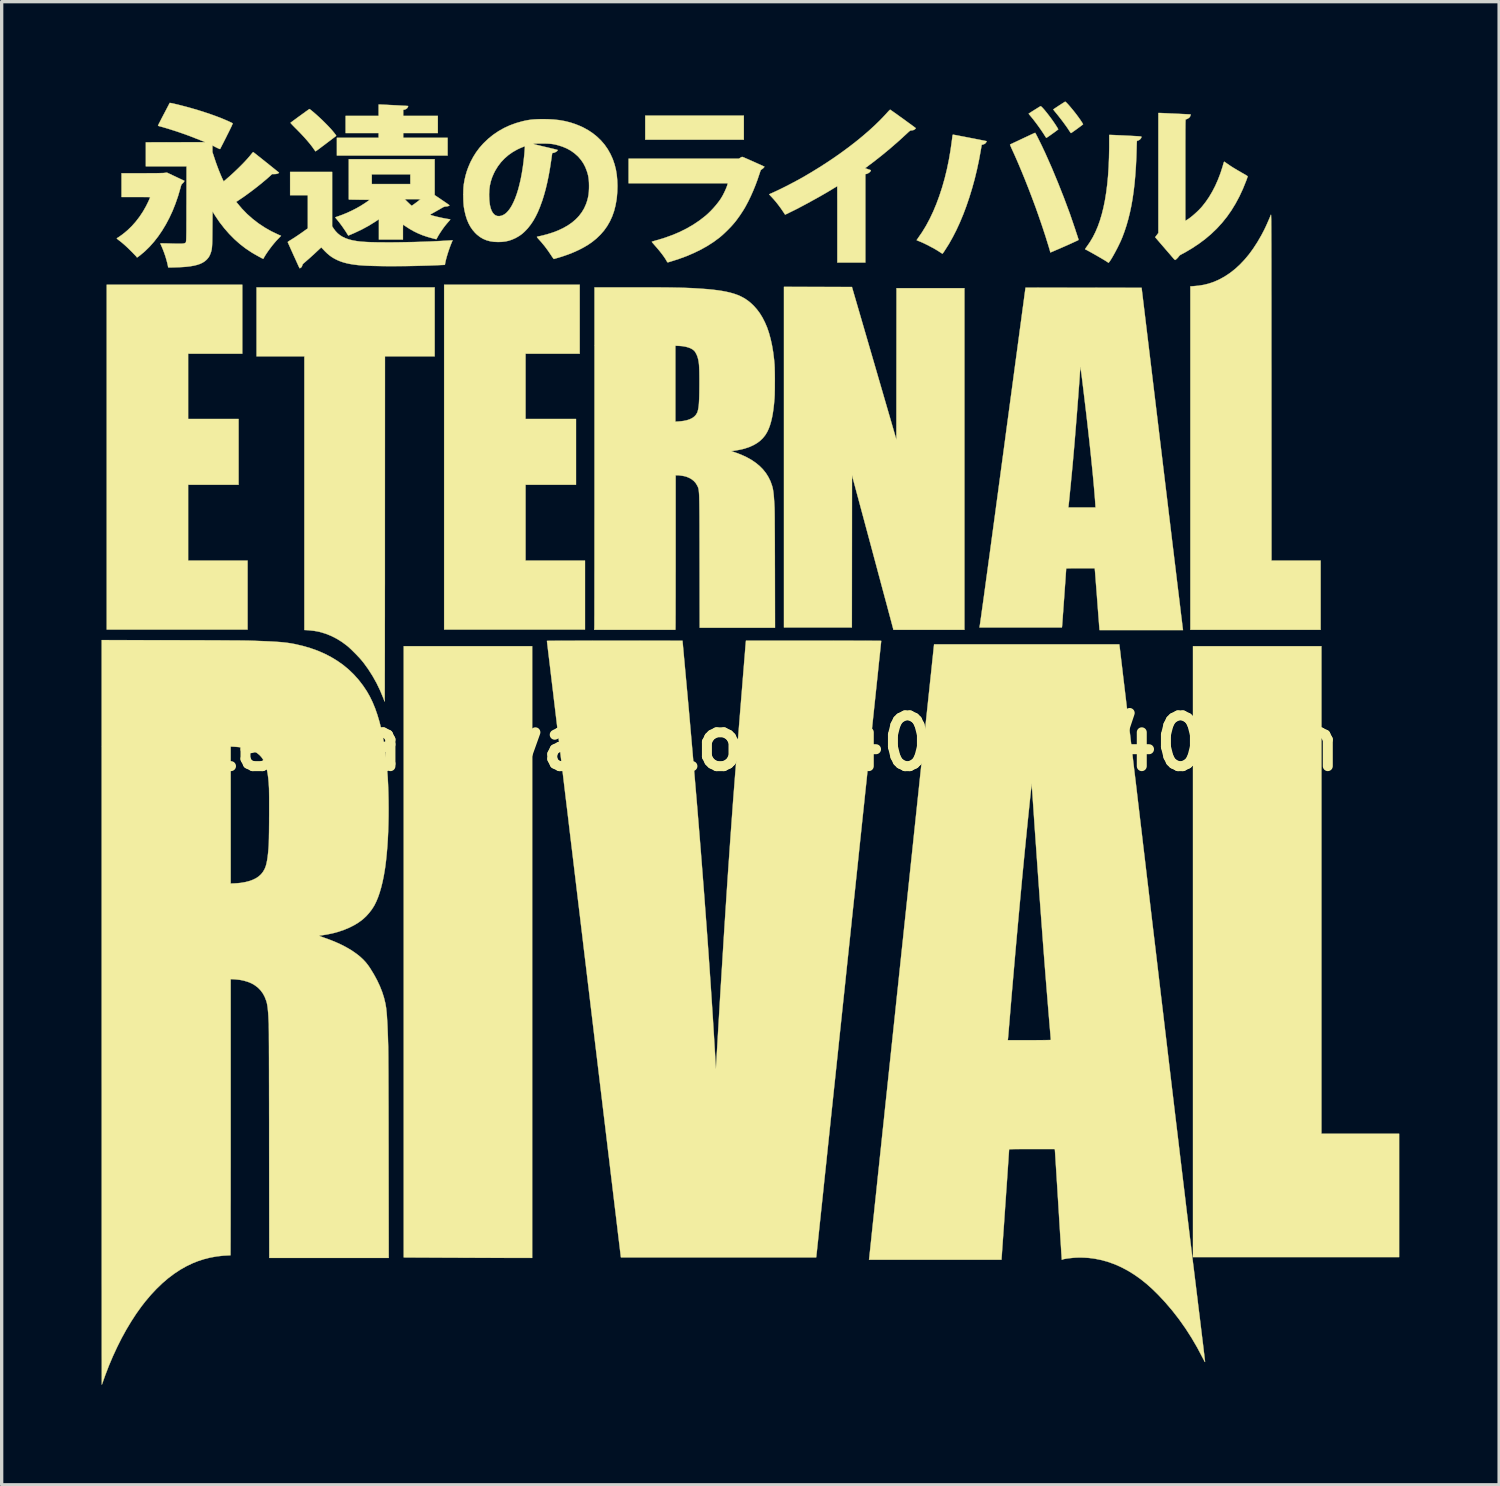
<source format=kicad_pcb>
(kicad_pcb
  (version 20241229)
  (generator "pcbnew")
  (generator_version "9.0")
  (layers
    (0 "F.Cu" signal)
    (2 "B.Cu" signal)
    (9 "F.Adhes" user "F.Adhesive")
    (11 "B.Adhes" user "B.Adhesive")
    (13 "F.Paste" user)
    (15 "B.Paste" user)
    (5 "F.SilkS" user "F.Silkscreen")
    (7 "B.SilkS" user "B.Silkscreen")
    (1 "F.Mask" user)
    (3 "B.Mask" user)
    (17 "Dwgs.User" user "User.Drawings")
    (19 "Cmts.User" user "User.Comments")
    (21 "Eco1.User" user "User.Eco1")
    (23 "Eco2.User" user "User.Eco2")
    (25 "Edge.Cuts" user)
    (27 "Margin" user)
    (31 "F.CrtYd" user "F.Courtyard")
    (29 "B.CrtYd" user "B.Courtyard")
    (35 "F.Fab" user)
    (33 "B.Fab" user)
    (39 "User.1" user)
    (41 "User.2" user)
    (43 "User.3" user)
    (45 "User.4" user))
  (footprint "EternalRivalsLogo40mmx40mm"
    (layer "F.Cu")
    (at 19.492 19.275)
    (property "Reference" "EternalRivalsLogo40mmx40mm" (at 0 0 0) (layer "F.SilkS") (effects (font (size 1.524 1.524) (thickness 0.3))))
    (attr through_hole)
    (fp_poly (pts (xy -0.198 -18.129) (xy -3.159 -18.129) (xy -3.159 -18.852) (xy -0.198 -18.852) (xy -0.198 -18.129)) (stroke (width 0.01) (type solid)) (fill yes) (layer "F.SilkS"))
    (fp_poly (pts (xy 17.153 11.732) (xy 19.487 11.732) (xy 19.487 15.438) (xy 13.295 15.438) (xy 13.295 -2.913) (xy 17.153 -2.913) (xy 17.153 11.732)) (stroke (width 0.01) (type solid)) (fill yes) (layer "F.SilkS"))
    (fp_poly (pts (xy -15.264 -11.7) (xy -16.891 -11.7) (xy -16.891 -9.739) (xy -15.375 -9.739) (xy -15.375 -7.763) (xy -16.891 -7.763) (xy -16.891 -5.485) (xy -15.105 -5.485) (xy -15.105 -3.413) (xy -19.336 -3.413) (xy -19.336 -13.772) (xy -15.264 -13.772) (xy -15.264 -11.7)) (stroke (width 0.01) (type solid)) (fill yes) (layer "F.SilkS"))
    (fp_poly (pts (xy -5.128 -11.7) (xy -6.755 -11.7) (xy -6.755 -9.739) (xy -5.239 -9.739) (xy -5.239 -7.763) (xy -6.755 -7.763) (xy -6.755 -5.485) (xy -4.969 -5.485) (xy -4.969 -3.413) (xy -9.2 -3.413) (xy -9.2 -13.772) (xy -5.128 -13.772) (xy -5.128 -11.7)) (stroke (width 0.01) (type solid)) (fill yes) (layer "F.SilkS"))
    (fp_poly (pts (xy -6.556 15.462) (xy -7.392 15.461) (xy -7.513 15.46) (xy -7.648 15.46) (xy -7.795 15.46) (xy -7.95 15.459) (xy -8.113 15.459) (xy -8.28 15.458) (xy -8.45 15.457) (xy -8.62 15.457) (xy -8.789 15.456) (xy -8.953 15.455) (xy -9.11 15.455) (xy -9.259 15.454) (xy -9.275 15.454) (xy -9.404 15.453) (xy -9.528 15.453) (xy -9.648 15.452) (xy -9.762 15.451) (xy -9.869 15.451) (xy -9.969 15.45) (xy -10.06 15.45) (xy -10.141 15.449) (xy -10.211 15.449) (xy -10.27 15.448) (xy -10.316 15.448) (xy -10.348 15.448) (xy -10.366 15.448) (xy -10.368 15.448) (xy -10.414 15.446) (xy -10.414 -2.913) (xy -6.556 -2.913) (xy -6.556 15.462)) (stroke (width 0.01) (type solid)) (fill yes) (layer "F.SilkS"))
    (fp_poly (pts (xy 2.029 -13.706) (xy 3.05 -13.704) (xy 3.718 -11.411) (xy 4.385 -9.118) (xy 4.389 -13.668) (xy 5.409 -13.668) (xy 6.429 -13.668) (xy 6.429 -3.405) (xy 4.296 -3.405) (xy 4.277 -3.483) (xy 4.273 -3.497) (xy 4.265 -3.525) (xy 4.254 -3.568) (xy 4.239 -3.624) (xy 4.221 -3.693) (xy 4.199 -3.775) (xy 4.174 -3.867) (xy 4.146 -3.971) (xy 4.116 -4.085) (xy 4.083 -4.209) (xy 4.047 -4.342) (xy 4.009 -4.483) (xy 3.969 -4.632) (xy 3.927 -4.788) (xy 3.884 -4.951) (xy 3.838 -5.12) (xy 3.792 -5.294) (xy 3.744 -5.472) (xy 3.695 -5.655) (xy 3.655 -5.805) (xy 3.052 -8.049) (xy 3.05 -5.763) (xy 3.048 -3.477) (xy 1.008 -3.477) (xy 1.008 -13.708) (xy 2.029 -13.706)) (stroke (width 0.01) (type solid)) (fill yes) (layer "F.SilkS"))
    (fp_poly (pts (xy -11.125 -19.185) (xy -11.098 -19.184) (xy -11.06 -19.182) (xy -11.011 -19.18) (xy -10.954 -19.177) (xy -10.891 -19.174) (xy -10.824 -19.17) (xy -10.753 -19.167) (xy -10.682 -19.163) (xy -10.611 -19.16) (xy -10.543 -19.156) (xy -10.479 -19.152) (xy -10.421 -19.149) (xy -10.37 -19.147) (xy -10.329 -19.144) (xy -10.3 -19.142) (xy -10.284 -19.141) (xy -10.281 -19.141) (xy -10.282 -19.133) (xy -10.288 -19.116) (xy -10.292 -19.106) (xy -10.312 -19.075) (xy -10.345 -19.05) (xy -10.386 -19.033) (xy -10.4 -19.03) (xy -10.43 -19.024) (xy -10.43 -18.844) (xy -9.39 -18.844) (xy -9.39 -18.328) (xy -10.43 -18.328) (xy -10.43 -18.185) (xy -9.096 -18.185) (xy -9.096 -17.653) (xy -12.422 -17.653) (xy -12.422 -18.185) (xy -11.168 -18.185) (xy -11.168 -18.328) (xy -12.16 -18.328) (xy -12.16 -18.844) (xy -11.168 -18.844) (xy -11.168 -19.185) (xy -11.138 -19.185) (xy -11.125 -19.185)) (stroke (width 0.01) (type solid)) (fill yes) (layer "F.SilkS"))
    (fp_poly (pts (xy 8.728 -19.131) (xy 8.748 -19.115) (xy 8.775 -19.088) (xy 8.808 -19.052) (xy 8.845 -19.009) (xy 8.886 -18.958) (xy 8.93 -18.903) (xy 8.976 -18.843) (xy 9.023 -18.781) (xy 9.069 -18.717) (xy 9.114 -18.653) (xy 9.156 -18.591) (xy 9.191 -18.536) (xy 9.212 -18.503) (xy 9.229 -18.474) (xy 9.241 -18.453) (xy 9.247 -18.441) (xy 9.247 -18.441) (xy 9.241 -18.434) (xy 9.224 -18.421) (xy 9.198 -18.401) (xy 9.165 -18.376) (xy 9.127 -18.348) (xy 9.086 -18.319) (xy 9.044 -18.289) (xy 9.003 -18.26) (xy 8.966 -18.234) (xy 8.934 -18.212) (xy 8.909 -18.196) (xy 8.894 -18.187) (xy 8.89 -18.185) (xy 8.883 -18.191) (xy 8.87 -18.208) (xy 8.855 -18.231) (xy 8.853 -18.234) (xy 8.814 -18.297) (xy 8.767 -18.368) (xy 8.714 -18.446) (xy 8.656 -18.527) (xy 8.597 -18.608) (xy 8.538 -18.686) (xy 8.482 -18.758) (xy 8.43 -18.821) (xy 8.426 -18.826) (xy 8.401 -18.856) (xy 8.38 -18.882) (xy 8.366 -18.9) (xy 8.36 -18.91) (xy 8.359 -18.91) (xy 8.371 -18.919) (xy 8.393 -18.933) (xy 8.424 -18.953) (xy 8.461 -18.977) (xy 8.502 -19.003) (xy 8.545 -19.03) (xy 8.587 -19.056) (xy 8.627 -19.081) (xy 8.662 -19.103) (xy 8.69 -19.12) (xy 8.709 -19.131) (xy 8.716 -19.135) (xy 8.728 -19.131)) (stroke (width 0.01) (type solid)) (fill yes) (layer "F.SilkS"))
    (fp_poly (pts (xy 9.465 -19.266) (xy 9.485 -19.25) (xy 9.511 -19.224) (xy 9.544 -19.189) (xy 9.581 -19.147) (xy 9.622 -19.099) (xy 9.666 -19.046) (xy 9.712 -18.99) (xy 9.758 -18.932) (xy 9.803 -18.873) (xy 9.846 -18.815) (xy 9.886 -18.759) (xy 9.922 -18.707) (xy 9.941 -18.678) (xy 9.962 -18.646) (xy 9.978 -18.62) (xy 9.989 -18.6) (xy 9.993 -18.591) (xy 9.987 -18.585) (xy 9.97 -18.572) (xy 9.944 -18.552) (xy 9.911 -18.527) (xy 9.873 -18.499) (xy 9.832 -18.469) (xy 9.79 -18.438) (xy 9.749 -18.409) (xy 9.711 -18.382) (xy 9.678 -18.359) (xy 9.652 -18.341) (xy 9.635 -18.33) (xy 9.629 -18.328) (xy 9.623 -18.334) (xy 9.61 -18.351) (xy 9.592 -18.377) (xy 9.57 -18.41) (xy 9.56 -18.425) (xy 9.522 -18.483) (xy 9.475 -18.549) (xy 9.422 -18.622) (xy 9.365 -18.699) (xy 9.305 -18.776) (xy 9.247 -18.851) (xy 9.192 -18.918) (xy 9.162 -18.955) (xy 9.136 -18.987) (xy 9.116 -19.013) (xy 9.103 -19.03) (xy 9.098 -19.038) (xy 9.098 -19.038) (xy 9.109 -19.046) (xy 9.131 -19.061) (xy 9.161 -19.081) (xy 9.197 -19.105) (xy 9.238 -19.132) (xy 9.28 -19.16) (xy 9.323 -19.187) (xy 9.362 -19.213) (xy 9.398 -19.235) (xy 9.426 -19.253) (xy 9.445 -19.265) (xy 9.454 -19.27) (xy 9.465 -19.266)) (stroke (width 0.01) (type solid)) (fill yes) (layer "F.SilkS"))
    (fp_poly (pts (xy -9.485 -11.62) (xy -10.978 -11.62) (xy -10.98 -6.431) (xy -10.98 -6.145) (xy -10.98 -5.863) (xy -10.98 -5.585) (xy -10.98 -5.312) (xy -10.98 -5.044) (xy -10.98 -4.781) (xy -10.981 -4.525) (xy -10.981 -4.275) (xy -10.981 -4.032) (xy -10.981 -3.796) (xy -10.982 -3.568) (xy -10.982 -3.349) (xy -10.982 -3.137) (xy -10.982 -2.935) (xy -10.982 -2.742) (xy -10.983 -2.558) (xy -10.983 -2.385) (xy -10.983 -2.223) (xy -10.984 -2.071) (xy -10.984 -1.931) (xy -10.984 -1.803) (xy -10.984 -1.687) (xy -10.985 -1.584) (xy -10.985 -1.494) (xy -10.985 -1.417) (xy -10.986 -1.354) (xy -10.986 -1.306) (xy -10.986 -1.272) (xy -10.986 -1.254) (xy -10.987 -1.25) (xy -10.991 -1.26) (xy -11 -1.282) (xy -11.012 -1.313) (xy -11.026 -1.349) (xy -11.029 -1.357) (xy -11.124 -1.585) (xy -11.231 -1.807) (xy -11.351 -2.021) (xy -11.482 -2.226) (xy -11.623 -2.42) (xy -11.65 -2.453) (xy -11.688 -2.499) (xy -11.735 -2.553) (xy -11.789 -2.61) (xy -11.847 -2.671) (xy -11.907 -2.731) (xy -11.966 -2.79) (xy -12.023 -2.844) (xy -12.074 -2.891) (xy -12.119 -2.929) (xy -12.129 -2.936) (xy -12.281 -3.048) (xy -12.438 -3.144) (xy -12.598 -3.225) (xy -12.761 -3.29) (xy -12.929 -3.34) (xy -13.1 -3.374) (xy -13.274 -3.393) (xy -13.3 -3.395) (xy -13.399 -3.4) (xy -13.399 -11.62) (xy -14.835 -11.62) (xy -14.835 -13.692) (xy -9.485 -13.692) (xy -9.485 -11.62)) (stroke (width 0.01) (type solid)) (fill yes) (layer "F.SilkS"))
    (fp_poly (pts (xy -13.238 -19.045) (xy -13.219 -19.032) (xy -13.193 -19.011) (xy -13.162 -18.986) (xy -13.146 -18.973) (xy -13.052 -18.892) (xy -12.958 -18.807) (xy -12.866 -18.721) (xy -12.778 -18.634) (xy -12.695 -18.55) (xy -12.618 -18.468) (xy -12.551 -18.392) (xy -12.495 -18.323) (xy -12.484 -18.309) (xy -12.462 -18.281) (xy -12.449 -18.262) (xy -12.444 -18.25) (xy -12.445 -18.243) (xy -12.45 -18.237) (xy -12.451 -18.236) (xy -12.46 -18.23) (xy -12.481 -18.214) (xy -12.511 -18.191) (xy -12.55 -18.162) (xy -12.597 -18.126) (xy -12.649 -18.087) (xy -12.707 -18.043) (xy -12.76 -18.003) (xy -12.819 -17.958) (xy -12.876 -17.916) (xy -12.927 -17.877) (xy -12.971 -17.844) (xy -13.008 -17.817) (xy -13.037 -17.797) (xy -13.055 -17.784) (xy -13.061 -17.78) (xy -13.069 -17.786) (xy -13.083 -17.803) (xy -13.1 -17.827) (xy -13.111 -17.842) (xy -13.166 -17.92) (xy -13.234 -18.007) (xy -13.313 -18.101) (xy -13.402 -18.202) (xy -13.501 -18.308) (xy -13.609 -18.419) (xy -13.651 -18.461) (xy -13.696 -18.506) (xy -13.736 -18.547) (xy -13.768 -18.581) (xy -13.793 -18.608) (xy -13.809 -18.627) (xy -13.815 -18.636) (xy -13.814 -18.637) (xy -13.804 -18.645) (xy -13.783 -18.661) (xy -13.753 -18.684) (xy -13.715 -18.712) (xy -13.671 -18.744) (xy -13.623 -18.78) (xy -13.572 -18.817) (xy -13.519 -18.855) (xy -13.467 -18.893) (xy -13.417 -18.929) (xy -13.371 -18.963) (xy -13.329 -18.993) (xy -13.294 -19.017) (xy -13.268 -19.036) (xy -13.251 -19.047) (xy -13.246 -19.05) (xy -13.238 -19.045)) (stroke (width 0.01) (type solid)) (fill yes) (layer "F.SilkS"))
    (fp_poly (pts (xy 15.637 -15.875) (xy 15.638 -15.872) (xy 15.639 -15.867) (xy 15.64 -15.86) (xy 15.641 -15.85) (xy 15.641 -15.836) (xy 15.642 -15.819) (xy 15.642 -15.798) (xy 15.643 -15.773) (xy 15.644 -15.743) (xy 15.644 -15.708) (xy 15.645 -15.668) (xy 15.645 -15.622) (xy 15.645 -15.57) (xy 15.646 -15.512) (xy 15.646 -15.447) (xy 15.646 -15.374) (xy 15.647 -15.295) (xy 15.647 -15.207) (xy 15.647 -15.111) (xy 15.648 -15.007) (xy 15.648 -14.893) (xy 15.648 -14.771) (xy 15.648 -14.639) (xy 15.649 -14.497) (xy 15.649 -14.344) (xy 15.649 -14.181) (xy 15.649 -14.007) (xy 15.649 -13.822) (xy 15.649 -13.624) (xy 15.65 -13.415) (xy 15.65 -13.193) (xy 15.65 -12.959) (xy 15.65 -12.711) (xy 15.65 -12.45) (xy 15.65 -12.175) (xy 15.65 -11.885) (xy 15.65 -11.581) (xy 15.651 -11.263) (xy 15.651 -10.928) (xy 15.651 -10.698) (xy 15.653 -5.485) (xy 17.129 -5.485) (xy 17.129 -3.405) (xy 13.216 -3.405) (xy 13.216 -13.722) (xy 13.301 -13.728) (xy 13.464 -13.743) (xy 13.618 -13.768) (xy 13.764 -13.804) (xy 13.905 -13.851) (xy 14.046 -13.911) (xy 14.085 -13.93) (xy 14.246 -14.018) (xy 14.402 -14.121) (xy 14.553 -14.239) (xy 14.699 -14.372) (xy 14.84 -14.52) (xy 14.976 -14.682) (xy 15.106 -14.86) (xy 15.23 -15.051) (xy 15.35 -15.258) (xy 15.423 -15.397) (xy 15.451 -15.454) (xy 15.483 -15.521) (xy 15.516 -15.594) (xy 15.549 -15.669) (xy 15.581 -15.742) (xy 15.609 -15.808) (xy 15.632 -15.865) (xy 15.634 -15.871) (xy 15.635 -15.873) (xy 15.636 -15.875) (xy 15.637 -15.876) (xy 15.637 -15.875)) (stroke (width 0.01) (type solid)) (fill yes) (layer "F.SilkS"))
    (fp_poly (pts (xy 6.097 -18.279) (xy 6.12 -18.274) (xy 6.156 -18.268) (xy 6.203 -18.259) (xy 6.259 -18.248) (xy 6.322 -18.236) (xy 6.391 -18.223) (xy 6.464 -18.209) (xy 6.54 -18.194) (xy 6.617 -18.179) (xy 6.693 -18.165) (xy 6.767 -18.15) (xy 6.838 -18.136) (xy 6.903 -18.123) (xy 6.961 -18.112) (xy 7.011 -18.102) (xy 7.051 -18.094) (xy 7.079 -18.088) (xy 7.094 -18.085) (xy 7.096 -18.084) (xy 7.096 -18.075) (xy 7.087 -18.059) (xy 7.074 -18.039) (xy 7.059 -18.021) (xy 7.047 -18.011) (xy 7.025 -17.998) (xy 6.996 -17.987) (xy 6.986 -17.984) (xy 6.948 -17.975) (xy 6.922 -17.824) (xy 6.868 -17.527) (xy 6.806 -17.235) (xy 6.737 -16.949) (xy 6.66 -16.67) (xy 6.577 -16.399) (xy 6.488 -16.137) (xy 6.393 -15.884) (xy 6.292 -15.642) (xy 6.186 -15.412) (xy 6.074 -15.194) (xy 5.959 -14.99) (xy 5.852 -14.822) (xy 5.828 -14.784) (xy 5.806 -14.752) (xy 5.788 -14.726) (xy 5.776 -14.71) (xy 5.772 -14.705) (xy 5.763 -14.708) (xy 5.746 -14.717) (xy 5.727 -14.729) (xy 5.655 -14.776) (xy 5.572 -14.827) (xy 5.48 -14.879) (xy 5.384 -14.93) (xy 5.287 -14.98) (xy 5.191 -15.026) (xy 5.101 -15.066) (xy 5.048 -15.087) (xy 5.022 -15.098) (xy 5.003 -15.106) (xy 4.994 -15.11) (xy 4.994 -15.11) (xy 4.997 -15.116) (xy 5.008 -15.133) (xy 5.025 -15.156) (xy 5.034 -15.17) (xy 5.158 -15.35) (xy 5.276 -15.543) (xy 5.387 -15.75) (xy 5.491 -15.97) (xy 5.588 -16.202) (xy 5.678 -16.446) (xy 5.761 -16.7) (xy 5.836 -16.964) (xy 5.903 -17.238) (xy 5.962 -17.521) (xy 6.012 -17.813) (xy 6.054 -18.112) (xy 6.065 -18.199) (xy 6.069 -18.237) (xy 6.074 -18.261) (xy 6.079 -18.275) (xy 6.084 -18.28) (xy 6.087 -18.28) (xy 6.097 -18.279)) (stroke (width 0.01) (type solid)) (fill yes) (layer "F.SilkS"))
    (fp_poly (pts (xy 8.558 -18.329) (xy 8.57 -18.309) (xy 8.587 -18.278) (xy 8.608 -18.238) (xy 8.633 -18.189) (xy 8.66 -18.134) (xy 8.69 -18.074) (xy 8.721 -18.011) (xy 8.753 -17.946) (xy 8.784 -17.88) (xy 8.814 -17.816) (xy 8.843 -17.756) (xy 8.866 -17.705) (xy 9.055 -17.279) (xy 9.238 -16.838) (xy 9.418 -16.383) (xy 9.581 -15.946) (xy 9.597 -15.903) (xy 9.615 -15.85) (xy 9.636 -15.79) (xy 9.658 -15.725) (xy 9.682 -15.656) (xy 9.706 -15.585) (xy 9.73 -15.514) (xy 9.754 -15.443) (xy 9.776 -15.376) (xy 9.797 -15.312) (xy 9.816 -15.255) (xy 9.832 -15.206) (xy 9.845 -15.166) (xy 9.853 -15.137) (xy 9.858 -15.121) (xy 9.858 -15.118) (xy 9.851 -15.114) (xy 9.831 -15.103) (xy 9.799 -15.088) (xy 9.756 -15.068) (xy 9.704 -15.044) (xy 9.645 -15.017) (xy 9.579 -14.987) (xy 9.508 -14.955) (xy 9.433 -14.922) (xy 9.356 -14.889) (xy 9.278 -14.854) (xy 9.2 -14.821) (xy 9.124 -14.788) (xy 9.051 -14.757) (xy 9.036 -14.751) (xy 9.011 -14.741) (xy 8.994 -14.806) (xy 8.981 -14.851) (xy 8.963 -14.91) (xy 8.942 -14.979) (xy 8.918 -15.056) (xy 8.892 -15.139) (xy 8.865 -15.227) (xy 8.836 -15.315) (xy 8.807 -15.403) (xy 8.779 -15.488) (xy 8.756 -15.557) (xy 8.663 -15.828) (xy 8.566 -16.102) (xy 8.464 -16.376) (xy 8.36 -16.649) (xy 8.254 -16.917) (xy 8.147 -17.179) (xy 8.04 -17.433) (xy 7.934 -17.675) (xy 7.846 -17.867) (xy 7.829 -17.906) (xy 7.815 -17.94) (xy 7.804 -17.965) (xy 7.8 -17.981) (xy 7.8 -17.984) (xy 7.808 -17.988) (xy 7.829 -17.998) (xy 7.862 -18.013) (xy 7.905 -18.034) (xy 7.957 -18.058) (xy 8.017 -18.086) (xy 8.082 -18.117) (xy 8.152 -18.15) (xy 8.175 -18.161) (xy 8.247 -18.195) (xy 8.314 -18.226) (xy 8.376 -18.255) (xy 8.43 -18.281) (xy 8.477 -18.302) (xy 8.513 -18.319) (xy 8.539 -18.33) (xy 8.552 -18.335) (xy 8.553 -18.336) (xy 8.558 -18.329)) (stroke (width 0.01) (type solid)) (fill yes) (layer "F.SilkS"))
    (fp_poly (pts (xy 10.822 -18.272) (xy 10.85 -18.271) (xy 10.89 -18.269) (xy 10.942 -18.267) (xy 11.003 -18.264) (xy 11.073 -18.261) (xy 11.149 -18.258) (xy 11.231 -18.254) (xy 11.293 -18.251) (xy 11.389 -18.246) (xy 11.471 -18.242) (xy 11.539 -18.238) (xy 11.596 -18.235) (xy 11.641 -18.233) (xy 11.676 -18.23) (xy 11.702 -18.228) (xy 11.721 -18.226) (xy 11.734 -18.223) (xy 11.742 -18.221) (xy 11.746 -18.218) (xy 11.747 -18.215) (xy 11.748 -18.214) (xy 11.741 -18.187) (xy 11.723 -18.158) (xy 11.697 -18.132) (xy 11.676 -18.118) (xy 11.652 -18.106) (xy 11.631 -18.099) (xy 11.623 -18.098) (xy 11.618 -18.097) (xy 11.615 -18.094) (xy 11.612 -18.087) (xy 11.609 -18.074) (xy 11.608 -18.053) (xy 11.606 -18.023) (xy 11.605 -17.983) (xy 11.603 -17.929) (xy 11.602 -17.873) (xy 11.593 -17.586) (xy 11.579 -17.314) (xy 11.561 -17.055) (xy 11.539 -16.809) (xy 11.511 -16.575) (xy 11.479 -16.352) (xy 11.442 -16.14) (xy 11.399 -15.937) (xy 11.351 -15.743) (xy 11.298 -15.557) (xy 11.239 -15.378) (xy 11.175 -15.205) (xy 11.155 -15.157) (xy 11.13 -15.097) (xy 11.099 -15.031) (xy 11.065 -14.96) (xy 11.028 -14.885) (xy 10.989 -14.811) (xy 10.95 -14.737) (xy 10.911 -14.667) (xy 10.874 -14.602) (xy 10.84 -14.545) (xy 10.809 -14.497) (xy 10.784 -14.461) (xy 10.776 -14.451) (xy 10.759 -14.431) (xy 10.704 -14.467) (xy 10.673 -14.487) (xy 10.633 -14.512) (xy 10.584 -14.541) (xy 10.53 -14.573) (xy 10.471 -14.607) (xy 10.411 -14.642) (xy 10.349 -14.677) (xy 10.289 -14.711) (xy 10.232 -14.743) (xy 10.179 -14.772) (xy 10.134 -14.797) (xy 10.096 -14.817) (xy 10.069 -14.831) (xy 10.054 -14.837) (xy 10.056 -14.844) (xy 10.066 -14.861) (xy 10.083 -14.886) (xy 10.105 -14.916) (xy 10.11 -14.923) (xy 10.201 -15.055) (xy 10.286 -15.198) (xy 10.364 -15.353) (xy 10.435 -15.519) (xy 10.499 -15.698) (xy 10.556 -15.889) (xy 10.607 -16.093) (xy 10.651 -16.31) (xy 10.688 -16.539) (xy 10.719 -16.782) (xy 10.744 -17.039) (xy 10.762 -17.309) (xy 10.773 -17.593) (xy 10.779 -17.892) (xy 10.779 -18) (xy 10.779 -18.272) (xy 10.809 -18.272) (xy 10.822 -18.272)) (stroke (width 0.01) (type solid)) (fill yes) (layer "F.SilkS"))
    (fp_poly (pts (xy -17.37 -17.066) (xy -17.315 -17.04) (xy -17.257 -17.013) (xy -17.201 -16.986) (xy -17.149 -16.962) (xy -17.108 -16.942) (xy -17.107 -16.942) (xy -17.001 -16.892) (xy -17.013 -16.868) (xy -17.026 -16.85) (xy -17.046 -16.828) (xy -17.06 -16.815) (xy -17.073 -16.802) (xy -17.083 -16.79) (xy -17.092 -16.776) (xy -17.1 -16.756) (xy -17.109 -16.728) (xy -17.119 -16.689) (xy -17.125 -16.669) (xy -17.193 -16.435) (xy -17.271 -16.21) (xy -17.357 -15.993) (xy -17.453 -15.786) (xy -17.557 -15.589) (xy -17.669 -15.403) (xy -17.788 -15.228) (xy -17.915 -15.065) (xy -18.048 -14.915) (xy -18.188 -14.778) (xy -18.334 -14.655) (xy -18.379 -14.621) (xy -18.405 -14.603) (xy -18.42 -14.593) (xy -18.428 -14.59) (xy -18.431 -14.594) (xy -18.431 -14.597) (xy -18.436 -14.606) (xy -18.452 -14.624) (xy -18.475 -14.649) (xy -18.506 -14.681) (xy -18.542 -14.718) (xy -18.581 -14.758) (xy -18.622 -14.799) (xy -18.664 -14.84) (xy -18.705 -14.88) (xy -18.743 -14.916) (xy -18.777 -14.947) (xy -18.796 -14.964) (xy -18.836 -14.999) (xy -18.878 -15.035) (xy -18.919 -15.068) (xy -18.954 -15.095) (xy -18.965 -15.103) (xy -18.993 -15.125) (xy -19.015 -15.143) (xy -19.03 -15.156) (xy -19.034 -15.162) (xy -19.028 -15.169) (xy -19.012 -15.181) (xy -19 -15.188) (xy -18.964 -15.211) (xy -18.92 -15.242) (xy -18.87 -15.278) (xy -18.818 -15.319) (xy -18.767 -15.361) (xy -18.72 -15.401) (xy -18.71 -15.409) (xy -18.584 -15.531) (xy -18.464 -15.666) (xy -18.351 -15.813) (xy -18.248 -15.968) (xy -18.155 -16.131) (xy -18.089 -16.264) (xy -18.071 -16.304) (xy -18.055 -16.34) (xy -18.042 -16.369) (xy -18.034 -16.388) (xy -18.032 -16.393) (xy -18.031 -16.396) (xy -18.033 -16.398) (xy -18.039 -16.401) (xy -18.049 -16.402) (xy -18.066 -16.404) (xy -18.09 -16.405) (xy -18.122 -16.406) (xy -18.164 -16.406) (xy -18.217 -16.406) (xy -18.282 -16.407) (xy -18.36 -16.407) (xy -18.453 -16.407) (xy -18.891 -16.407) (xy -18.891 -17.121) (xy -18.29 -17.121) (xy -18.153 -17.121) (xy -18.032 -17.122) (xy -17.926 -17.122) (xy -17.835 -17.123) (xy -17.759 -17.124) (xy -17.698 -17.126) (xy -17.651 -17.127) (xy -17.619 -17.129) (xy -17.609 -17.13) (xy -17.528 -17.14) (xy -17.37 -17.066)) (stroke (width 0.01) (type solid)) (fill yes) (layer "F.SilkS"))
    (fp_poly (pts (xy -0.23 -17.608) (xy -0.228 -17.607) (xy -0.207 -17.599) (xy -0.176 -17.586) (xy -0.136 -17.568) (xy -0.088 -17.548) (xy -0.035 -17.524) (xy 0.022 -17.499) (xy 0.081 -17.473) (xy 0.141 -17.446) (xy 0.199 -17.42) (xy 0.254 -17.395) (xy 0.304 -17.373) (xy 0.348 -17.353) (xy 0.382 -17.337) (xy 0.407 -17.325) (xy 0.419 -17.319) (xy 0.421 -17.318) (xy 0.415 -17.306) (xy 0.401 -17.289) (xy 0.381 -17.269) (xy 0.359 -17.251) (xy 0.34 -17.237) (xy 0.338 -17.236) (xy 0.327 -17.23) (xy 0.318 -17.222) (xy 0.311 -17.211) (xy 0.302 -17.193) (xy 0.293 -17.167) (xy 0.281 -17.13) (xy 0.269 -17.095) (xy 0.213 -16.928) (xy 0.15 -16.759) (xy 0.082 -16.592) (xy 0.01 -16.43) (xy -0.064 -16.277) (xy -0.139 -16.136) (xy -0.158 -16.101) (xy -0.204 -16.024) (xy -0.258 -15.94) (xy -0.316 -15.853) (xy -0.376 -15.769) (xy -0.433 -15.692) (xy -0.458 -15.661) (xy -0.508 -15.601) (xy -0.567 -15.534) (xy -0.634 -15.464) (xy -0.703 -15.394) (xy -0.774 -15.326) (xy -0.842 -15.263) (xy -0.905 -15.209) (xy -0.928 -15.19) (xy -1.101 -15.061) (xy -1.286 -14.942) (xy -1.485 -14.83) (xy -1.696 -14.727) (xy -1.92 -14.631) (xy -2.158 -14.544) (xy -2.342 -14.485) (xy -2.385 -14.472) (xy -2.424 -14.46) (xy -2.454 -14.451) (xy -2.475 -14.444) (xy -2.482 -14.442) (xy -2.49 -14.447) (xy -2.503 -14.463) (xy -2.518 -14.487) (xy -2.523 -14.497) (xy -2.557 -14.554) (xy -2.603 -14.621) (xy -2.658 -14.696) (xy -2.722 -14.778) (xy -2.795 -14.865) (xy -2.874 -14.956) (xy -2.884 -14.967) (xy -2.911 -14.999) (xy -2.935 -15.026) (xy -2.952 -15.047) (xy -2.961 -15.06) (xy -2.962 -15.062) (xy -2.955 -15.066) (xy -2.934 -15.073) (xy -2.903 -15.083) (xy -2.864 -15.094) (xy -2.82 -15.107) (xy -2.576 -15.18) (xy -2.343 -15.264) (xy -2.121 -15.358) (xy -1.911 -15.463) (xy -1.713 -15.578) (xy -1.527 -15.703) (xy -1.353 -15.839) (xy -1.345 -15.845) (xy -1.269 -15.913) (xy -1.191 -15.989) (xy -1.114 -16.071) (xy -1.04 -16.156) (xy -0.972 -16.241) (xy -0.912 -16.322) (xy -0.868 -16.391) (xy -0.835 -16.447) (xy -0.803 -16.509) (xy -0.772 -16.572) (xy -0.744 -16.634) (xy -0.719 -16.693) (xy -0.7 -16.745) (xy -0.688 -16.786) (xy -0.685 -16.796) (xy -0.681 -16.82) (xy -3.659 -16.82) (xy -3.659 -17.558) (xy -2.003 -17.558) (xy -0.348 -17.558) (xy -0.3 -17.587) (xy -0.274 -17.602) (xy -0.257 -17.61) (xy -0.244 -17.611) (xy -0.23 -17.608)) (stroke (width 0.01) (type solid)) (fill yes) (layer "F.SilkS"))
    (fp_poly (pts (xy 12.299 -18.931) (xy 12.326 -18.93) (xy 12.367 -18.928) (xy 12.418 -18.926) (xy 12.48 -18.923) (xy 12.549 -18.92) (xy 12.626 -18.916) (xy 12.707 -18.913) (xy 12.77 -18.91) (xy 13.225 -18.888) (xy 13.221 -18.861) (xy 13.213 -18.837) (xy 13.199 -18.812) (xy 13.195 -18.806) (xy 13.176 -18.787) (xy 13.148 -18.768) (xy 13.118 -18.752) (xy 13.091 -18.742) (xy 13.079 -18.741) (xy 13.077 -18.74) (xy 13.076 -18.738) (xy 13.074 -18.733) (xy 13.073 -18.726) (xy 13.072 -18.715) (xy 13.071 -18.701) (xy 13.07 -18.681) (xy 13.069 -18.655) (xy 13.068 -18.624) (xy 13.068 -18.586) (xy 13.067 -18.54) (xy 13.067 -18.486) (xy 13.066 -18.423) (xy 13.066 -18.351) (xy 13.066 -18.268) (xy 13.066 -18.175) (xy 13.065 -18.071) (xy 13.065 -17.954) (xy 13.065 -17.825) (xy 13.065 -17.682) (xy 13.065 -17.525) (xy 13.065 -17.353) (xy 13.065 -17.216) (xy 13.065 -15.692) (xy 13.097 -15.71) (xy 13.148 -15.742) (xy 13.207 -15.784) (xy 13.27 -15.834) (xy 13.336 -15.89) (xy 13.402 -15.95) (xy 13.466 -16.011) (xy 13.524 -16.072) (xy 13.565 -16.117) (xy 13.674 -16.255) (xy 13.778 -16.406) (xy 13.875 -16.57) (xy 13.965 -16.744) (xy 14.046 -16.928) (xy 14.12 -17.12) (xy 14.184 -17.319) (xy 14.208 -17.405) (xy 14.218 -17.438) (xy 14.227 -17.46) (xy 14.234 -17.468) (xy 14.235 -17.468) (xy 14.244 -17.462) (xy 14.264 -17.449) (xy 14.291 -17.43) (xy 14.323 -17.407) (xy 14.333 -17.401) (xy 14.419 -17.342) (xy 14.519 -17.278) (xy 14.633 -17.21) (xy 14.76 -17.137) (xy 14.79 -17.12) (xy 14.834 -17.095) (xy 14.873 -17.072) (xy 14.904 -17.053) (xy 14.926 -17.038) (xy 14.937 -17.029) (xy 14.938 -17.028) (xy 14.936 -17.017) (xy 14.928 -16.995) (xy 14.917 -16.962) (xy 14.903 -16.923) (xy 14.89 -16.889) (xy 14.793 -16.649) (xy 14.687 -16.421) (xy 14.572 -16.207) (xy 14.448 -16.004) (xy 14.313 -15.812) (xy 14.168 -15.632) (xy 14.012 -15.461) (xy 13.844 -15.3) (xy 13.665 -15.148) (xy 13.472 -15.004) (xy 13.267 -14.868) (xy 13.089 -14.762) (xy 13.049 -14.739) (xy 13.008 -14.717) (xy 12.972 -14.698) (xy 12.946 -14.684) (xy 12.911 -14.665) (xy 12.886 -14.643) (xy 12.867 -14.62) (xy 12.844 -14.59) (xy 12.816 -14.561) (xy 12.788 -14.535) (xy 12.764 -14.518) (xy 12.764 -14.518) (xy 12.756 -14.518) (xy 12.743 -14.527) (xy 12.724 -14.545) (xy 12.698 -14.574) (xy 12.676 -14.6) (xy 12.653 -14.626) (xy 12.623 -14.662) (xy 12.585 -14.706) (xy 12.541 -14.756) (xy 12.494 -14.811) (xy 12.444 -14.869) (xy 12.393 -14.928) (xy 12.379 -14.944) (xy 12.159 -15.2) (xy 12.207 -15.263) (xy 12.255 -15.326) (xy 12.255 -18.931) (xy 12.285 -18.931) (xy 12.299 -18.931)) (stroke (width 0.01) (type solid)) (fill yes) (layer "F.SilkS"))
    (fp_poly (pts (xy -12.565 -15.528) (xy -12.524 -15.465) (xy -12.468 -15.389) (xy -12.405 -15.321) (xy -12.335 -15.263) (xy -12.255 -15.212) (xy -12.166 -15.17) (xy -12.066 -15.134) (xy -11.953 -15.105) (xy -11.828 -15.083) (xy -11.72 -15.069) (xy -11.645 -15.063) (xy -11.556 -15.057) (xy -11.453 -15.052) (xy -11.338 -15.049) (xy -11.212 -15.046) (xy -11.077 -15.045) (xy -10.933 -15.044) (xy -10.781 -15.044) (xy -10.623 -15.045) (xy -10.461 -15.048) (xy -10.295 -15.051) (xy -10.126 -15.054) (xy -9.956 -15.059) (xy -9.786 -15.065) (xy -9.618 -15.071) (xy -9.451 -15.079) (xy -9.289 -15.087) (xy -9.131 -15.096) (xy -9.023 -15.102) (xy -8.946 -15.107) (xy -8.981 -15.023) (xy -9.01 -14.951) (xy -9.039 -14.872) (xy -9.068 -14.788) (xy -9.095 -14.704) (xy -9.12 -14.621) (xy -9.141 -14.544) (xy -9.158 -14.475) (xy -9.168 -14.426) (xy -9.178 -14.369) (xy -9.29 -14.364) (xy -9.467 -14.356) (xy -9.647 -14.349) (xy -9.828 -14.344) (xy -10.009 -14.339) (xy -10.19 -14.335) (xy -10.367 -14.332) (xy -10.542 -14.331) (xy -10.712 -14.33) (xy -10.876 -14.33) (xy -11.033 -14.331) (xy -11.181 -14.334) (xy -11.321 -14.337) (xy -11.45 -14.341) (xy -11.567 -14.346) (xy -11.671 -14.353) (xy -11.761 -14.36) (xy -11.795 -14.363) (xy -11.921 -14.379) (xy -12.033 -14.397) (xy -12.135 -14.419) (xy -12.228 -14.444) (xy -12.315 -14.473) (xy -12.399 -14.508) (xy -12.422 -14.519) (xy -12.503 -14.56) (xy -12.575 -14.604) (xy -12.643 -14.653) (xy -12.711 -14.71) (xy -12.781 -14.778) (xy -12.802 -14.8) (xy -12.891 -14.893) (xy -12.908 -14.878) (xy -12.921 -14.867) (xy -12.942 -14.848) (xy -12.969 -14.822) (xy -12.999 -14.794) (xy -13.002 -14.792) (xy -13.046 -14.75) (xy -13.097 -14.703) (xy -13.153 -14.652) (xy -13.21 -14.6) (xy -13.266 -14.55) (xy -13.318 -14.505) (xy -13.362 -14.466) (xy -13.384 -14.447) (xy -13.415 -14.421) (xy -13.436 -14.401) (xy -13.449 -14.384) (xy -13.457 -14.368) (xy -13.462 -14.352) (xy -13.475 -14.316) (xy -13.495 -14.291) (xy -13.519 -14.275) (xy -13.535 -14.268) (xy -13.543 -14.27) (xy -13.548 -14.278) (xy -13.554 -14.291) (xy -13.566 -14.316) (xy -13.583 -14.352) (xy -13.603 -14.397) (xy -13.627 -14.449) (xy -13.653 -14.507) (xy -13.681 -14.569) (xy -13.711 -14.633) (xy -13.74 -14.698) (xy -13.769 -14.763) (xy -13.797 -14.824) (xy -13.823 -14.882) (xy -13.846 -14.934) (xy -13.866 -14.979) (xy -13.882 -15.015) (xy -13.893 -15.04) (xy -13.898 -15.053) (xy -13.899 -15.054) (xy -13.892 -15.061) (xy -13.875 -15.074) (xy -13.849 -15.091) (xy -13.817 -15.111) (xy -13.813 -15.113) (xy -13.743 -15.157) (xy -13.664 -15.208) (xy -13.58 -15.264) (xy -13.496 -15.322) (xy -13.415 -15.379) (xy -13.402 -15.389) (xy -13.295 -15.465) (xy -13.295 -16.462) (xy -13.827 -16.462) (xy -13.827 -17.161) (xy -12.565 -17.161) (xy -12.565 -15.528)) (stroke (width 0.01) (type solid)) (fill yes) (layer "F.SilkS"))
    (fp_poly (pts (xy 4.207 -19.025) (xy 4.226 -19.012) (xy 4.255 -18.992) (xy 4.293 -18.965) (xy 4.338 -18.933) (xy 4.39 -18.897) (xy 4.445 -18.857) (xy 4.504 -18.814) (xy 4.565 -18.771) (xy 4.626 -18.727) (xy 4.686 -18.683) (xy 4.743 -18.641) (xy 4.797 -18.602) (xy 4.846 -18.566) (xy 4.889 -18.535) (xy 4.923 -18.509) (xy 4.948 -18.49) (xy 4.963 -18.479) (xy 4.965 -18.477) (xy 4.965 -18.467) (xy 4.954 -18.454) (xy 4.936 -18.439) (xy 4.913 -18.425) (xy 4.89 -18.416) (xy 4.861 -18.41) (xy 4.831 -18.407) (xy 4.829 -18.407) (xy 4.818 -18.406) (xy 4.807 -18.403) (xy 4.794 -18.396) (xy 4.777 -18.384) (xy 4.755 -18.365) (xy 4.726 -18.338) (xy 4.687 -18.302) (xy 4.683 -18.298) (xy 4.443 -18.079) (xy 4.195 -17.863) (xy 3.942 -17.654) (xy 3.688 -17.455) (xy 3.604 -17.392) (xy 3.446 -17.273) (xy 3.513 -17.249) (xy 3.545 -17.237) (xy 3.574 -17.228) (xy 3.595 -17.221) (xy 3.6 -17.22) (xy 3.615 -17.212) (xy 3.618 -17.2) (xy 3.608 -17.182) (xy 3.594 -17.164) (xy 3.57 -17.142) (xy 3.539 -17.122) (xy 3.507 -17.107) (xy 3.479 -17.098) (xy 3.471 -17.097) (xy 3.453 -17.097) (xy 3.453 -14.438) (xy 2.611 -14.438) (xy 2.611 -15.585) (xy 2.611 -15.719) (xy 2.611 -15.848) (xy 2.611 -15.972) (xy 2.611 -16.09) (xy 2.611 -16.2) (xy 2.611 -16.303) (xy 2.61 -16.397) (xy 2.61 -16.481) (xy 2.61 -16.554) (xy 2.61 -16.617) (xy 2.609 -16.666) (xy 2.609 -16.703) (xy 2.608 -16.725) (xy 2.608 -16.732) (xy 2.6 -16.728) (xy 2.582 -16.717) (xy 2.555 -16.701) (xy 2.522 -16.681) (xy 2.508 -16.673) (xy 2.415 -16.616) (xy 2.311 -16.554) (xy 2.199 -16.489) (xy 2.079 -16.42) (xy 1.955 -16.351) (xy 1.829 -16.282) (xy 1.704 -16.213) (xy 1.58 -16.147) (xy 1.461 -16.084) (xy 1.349 -16.026) (xy 1.245 -15.975) (xy 1.153 -15.93) (xy 1.15 -15.928) (xy 1.043 -15.877) (xy 0.963 -15.997) (xy 0.9 -16.087) (xy 0.833 -16.177) (xy 0.765 -16.263) (xy 0.698 -16.341) (xy 0.636 -16.409) (xy 0.609 -16.437) (xy 0.587 -16.461) (xy 0.571 -16.479) (xy 0.564 -16.488) (xy 0.564 -16.489) (xy 0.572 -16.493) (xy 0.592 -16.502) (xy 0.621 -16.515) (xy 0.656 -16.53) (xy 0.663 -16.533) (xy 0.752 -16.574) (xy 0.852 -16.621) (xy 0.96 -16.674) (xy 1.074 -16.731) (xy 1.19 -16.791) (xy 1.306 -16.852) (xy 1.419 -16.913) (xy 1.527 -16.972) (xy 1.584 -17.004) (xy 1.827 -17.147) (xy 2.066 -17.294) (xy 2.301 -17.445) (xy 2.53 -17.599) (xy 2.753 -17.756) (xy 2.968 -17.915) (xy 3.174 -18.075) (xy 3.37 -18.235) (xy 3.555 -18.394) (xy 3.729 -18.553) (xy 3.89 -18.709) (xy 4.037 -18.862) (xy 4.103 -18.935) (xy 4.132 -18.967) (xy 4.158 -18.995) (xy 4.18 -19.016) (xy 4.194 -19.028) (xy 4.199 -19.03) (xy 4.207 -19.025)) (stroke (width 0.01) (type solid)) (fill yes) (layer "F.SilkS"))
    (fp_poly (pts (xy -9.485 -16.464) (xy -9.263 -16.314) (xy -9.211 -16.279) (xy -9.163 -16.246) (xy -9.12 -16.217) (xy -9.086 -16.192) (xy -9.06 -16.174) (xy -9.045 -16.162) (xy -9.041 -16.159) (xy -9.048 -16.148) (xy -9.068 -16.137) (xy -9.097 -16.129) (xy -9.133 -16.123) (xy -9.142 -16.123) (xy -9.166 -16.121) (xy -9.186 -16.118) (xy -9.205 -16.112) (xy -9.227 -16.102) (xy -9.254 -16.087) (xy -9.292 -16.066) (xy -9.298 -16.062) (xy -9.342 -16.036) (xy -9.394 -16.007) (xy -9.448 -15.976) (xy -9.498 -15.948) (xy -9.507 -15.943) (xy -9.545 -15.922) (xy -9.578 -15.903) (xy -9.603 -15.888) (xy -9.617 -15.879) (xy -9.62 -15.876) (xy -9.613 -15.87) (xy -9.592 -15.862) (xy -9.559 -15.852) (xy -9.517 -15.84) (xy -9.468 -15.827) (xy -9.413 -15.813) (xy -9.354 -15.8) (xy -9.294 -15.786) (xy -9.235 -15.774) (xy -9.178 -15.763) (xy -9.126 -15.753) (xy -9.092 -15.748) (xy -9.061 -15.743) (xy -9.036 -15.739) (xy -9.02 -15.736) (xy -9.018 -15.735) (xy -9.018 -15.728) (xy -9.029 -15.712) (xy -9.051 -15.686) (xy -9.065 -15.671) (xy -9.124 -15.603) (xy -9.187 -15.525) (xy -9.249 -15.44) (xy -9.308 -15.353) (xy -9.362 -15.268) (xy -9.398 -15.204) (xy -9.413 -15.176) (xy -9.425 -15.154) (xy -9.432 -15.141) (xy -9.434 -15.139) (xy -9.441 -15.14) (xy -9.462 -15.145) (xy -9.492 -15.152) (xy -9.53 -15.162) (xy -9.557 -15.169) (xy -9.71 -15.212) (xy -9.851 -15.26) (xy -9.983 -15.315) (xy -10.111 -15.377) (xy -10.236 -15.448) (xy -10.364 -15.531) (xy -10.423 -15.572) (xy -10.427 -15.575) (xy -10.43 -15.575) (xy -10.433 -15.571) (xy -10.435 -15.56) (xy -10.436 -15.542) (xy -10.437 -15.515) (xy -10.438 -15.477) (xy -10.438 -15.426) (xy -10.438 -15.362) (xy -10.438 -15.129) (xy -11.16 -15.129) (xy -11.16 -15.739) (xy -11.265 -15.669) (xy -11.466 -15.544) (xy -11.679 -15.429) (xy -11.904 -15.323) (xy -12.007 -15.279) (xy -12.08 -15.249) (xy -12.118 -15.31) (xy -12.159 -15.375) (xy -12.207 -15.446) (xy -12.258 -15.52) (xy -12.31 -15.591) (xy -12.361 -15.658) (xy -12.407 -15.715) (xy -12.423 -15.735) (xy -12.444 -15.759) (xy -12.46 -15.779) (xy -12.469 -15.792) (xy -12.47 -15.794) (xy -12.463 -15.799) (xy -12.444 -15.807) (xy -12.416 -15.817) (xy -12.388 -15.826) (xy -12.253 -15.875) (xy -12.114 -15.932) (xy -11.974 -15.997) (xy -11.837 -16.067) (xy -11.707 -16.141) (xy -11.587 -16.217) (xy -11.517 -16.265) (xy -11.426 -16.331) (xy -11.746 -16.333) (xy -12.065 -16.336) (xy -12.065 -16.343) (xy -10.386 -16.343) (xy -10.284 -16.244) (xy -10.251 -16.212) (xy -10.222 -16.184) (xy -10.198 -16.163) (xy -10.182 -16.149) (xy -10.176 -16.145) (xy -10.167 -16.149) (xy -10.149 -16.161) (xy -10.124 -16.178) (xy -10.107 -16.19) (xy -10.074 -16.214) (xy -10.039 -16.24) (xy -10.004 -16.266) (xy -9.972 -16.291) (xy -9.945 -16.313) (xy -9.925 -16.329) (xy -9.915 -16.338) (xy -9.914 -16.34) (xy -9.922 -16.341) (xy -9.943 -16.341) (xy -9.977 -16.342) (xy -10.02 -16.343) (xy -10.072 -16.343) (xy -10.13 -16.343) (xy -10.15 -16.343) (xy -10.386 -16.343) (xy -12.065 -16.343) (xy -12.065 -17.089) (xy -11.374 -17.089) (xy -11.374 -16.796) (xy -10.216 -16.796) (xy -10.216 -17.089) (xy -11.374 -17.089) (xy -12.065 -17.089) (xy -12.065 -17.542) (xy -9.485 -17.542) (xy -9.485 -16.464)) (stroke (width 0.01) (type solid)) (fill yes) (layer "F.SilkS"))
    (fp_poly (pts (xy 11.751 -13.68) (xy 12.368 -8.569) (xy 12.402 -8.285) (xy 12.436 -8.006) (xy 12.469 -7.73) (xy 12.502 -7.459) (xy 12.534 -7.194) (xy 12.565 -6.934) (xy 12.596 -6.68) (xy 12.626 -6.432) (xy 12.655 -6.191) (xy 12.683 -5.957) (xy 12.711 -5.731) (xy 12.737 -5.512) (xy 12.763 -5.302) (xy 12.787 -5.101) (xy 12.81 -4.909) (xy 12.832 -4.727) (xy 12.853 -4.555) (xy 12.873 -4.394) (xy 12.891 -4.243) (xy 12.908 -4.104) (xy 12.923 -3.977) (xy 12.937 -3.861) (xy 12.95 -3.759) (xy 12.961 -3.669) (xy 12.97 -3.593) (xy 12.977 -3.53) (xy 12.983 -3.482) (xy 12.988 -3.449) (xy 12.99 -3.431) (xy 12.99 -3.427) (xy 12.996 -3.397) (xy 10.488 -3.397) (xy 10.483 -3.451) (xy 10.482 -3.466) (xy 10.48 -3.496) (xy 10.476 -3.539) (xy 10.472 -3.595) (xy 10.467 -3.663) (xy 10.461 -3.74) (xy 10.454 -3.827) (xy 10.447 -3.922) (xy 10.439 -4.024) (xy 10.431 -4.131) (xy 10.423 -4.244) (xy 10.414 -4.354) (xy 10.406 -4.469) (xy 10.397 -4.58) (xy 10.389 -4.686) (xy 10.381 -4.785) (xy 10.374 -4.877) (xy 10.368 -4.961) (xy 10.362 -5.036) (xy 10.357 -5.1) (xy 10.353 -5.152) (xy 10.349 -5.192) (xy 10.347 -5.218) (xy 10.346 -5.229) (xy 10.342 -5.255) (xy 9.914 -5.255) (xy 9.816 -5.255) (xy 9.734 -5.254) (xy 9.666 -5.254) (xy 9.61 -5.253) (xy 9.566 -5.252) (xy 9.533 -5.251) (xy 9.509 -5.25) (xy 9.494 -5.248) (xy 9.487 -5.246) (xy 9.485 -5.245) (xy 9.485 -5.234) (xy 9.483 -5.209) (xy 9.481 -5.171) (xy 9.477 -5.121) (xy 9.473 -5.06) (xy 9.468 -4.989) (xy 9.463 -4.91) (xy 9.457 -4.824) (xy 9.45 -4.732) (xy 9.443 -4.636) (xy 9.436 -4.537) (xy 9.429 -4.435) (xy 9.422 -4.333) (xy 9.414 -4.232) (xy 9.407 -4.132) (xy 9.4 -4.035) (xy 9.394 -3.943) (xy 9.387 -3.856) (xy 9.382 -3.776) (xy 9.376 -3.704) (xy 9.372 -3.642) (xy 9.368 -3.59) (xy 9.365 -3.55) (xy 9.363 -3.523) (xy 9.362 -3.511) (xy 9.362 -3.51) (xy 9.357 -3.477) (xy 6.881 -3.477) (xy 6.885 -3.498) (xy 6.888 -3.518) (xy 6.894 -3.554) (xy 6.902 -3.605) (xy 6.911 -3.672) (xy 6.923 -3.754) (xy 6.937 -3.851) (xy 6.952 -3.964) (xy 6.97 -4.091) (xy 6.99 -4.234) (xy 7.012 -4.392) (xy 7.035 -4.564) (xy 7.061 -4.751) (xy 7.088 -4.953) (xy 7.118 -5.169) (xy 7.149 -5.4) (xy 7.183 -5.646) (xy 7.218 -5.905) (xy 7.255 -6.179) (xy 7.294 -6.467) (xy 7.335 -6.769) (xy 7.377 -7.08) (xy 9.549 -7.08) (xy 10.368 -7.08) (xy 10.363 -7.162) (xy 10.352 -7.32) (xy 10.338 -7.493) (xy 10.322 -7.681) (xy 10.304 -7.882) (xy 10.284 -8.096) (xy 10.261 -8.322) (xy 10.237 -8.56) (xy 10.211 -8.809) (xy 10.183 -9.068) (xy 10.153 -9.336) (xy 10.122 -9.614) (xy 10.089 -9.899) (xy 10.054 -10.192) (xy 10.018 -10.491) (xy 9.981 -10.796) (xy 9.976 -10.837) (xy 9.963 -10.945) (xy 9.951 -11.038) (xy 9.94 -11.117) (xy 9.932 -11.18) (xy 9.924 -11.23) (xy 9.918 -11.267) (xy 9.914 -11.291) (xy 9.91 -11.302) (xy 9.908 -11.301) (xy 9.906 -11.289) (xy 9.906 -11.269) (xy 9.905 -11.245) (xy 9.903 -11.206) (xy 9.9 -11.154) (xy 9.896 -11.089) (xy 9.891 -11.012) (xy 9.885 -10.924) (xy 9.878 -10.826) (xy 9.87 -10.719) (xy 9.861 -10.604) (xy 9.852 -10.483) (xy 9.843 -10.355) (xy 9.832 -10.223) (xy 9.822 -10.087) (xy 9.811 -9.947) (xy 9.8 -9.806) (xy 9.788 -9.664) (xy 9.777 -9.522) (xy 9.765 -9.38) (xy 9.754 -9.241) (xy 9.743 -9.105) (xy 9.732 -8.973) (xy 9.721 -8.845) (xy 9.71 -8.724) (xy 9.7 -8.61) (xy 9.691 -8.503) (xy 9.687 -8.461) (xy 9.68 -8.377) (xy 9.671 -8.286) (xy 9.662 -8.191) (xy 9.653 -8.092) (xy 9.643 -7.991) (xy 9.633 -7.89) (xy 9.624 -7.789) (xy 9.614 -7.69) (xy 9.604 -7.594) (xy 9.595 -7.502) (xy 9.587 -7.417) (xy 9.579 -7.339) (xy 9.572 -7.27) (xy 9.566 -7.211) (xy 9.56 -7.163) (xy 9.556 -7.127) (xy 9.554 -7.106) (xy 9.553 -7.102) (xy 9.549 -7.08) (xy 7.377 -7.08) (xy 7.377 -7.085) (xy 7.422 -7.415) (xy 7.468 -7.758) (xy 7.516 -8.115) (xy 7.566 -8.486) (xy 7.618 -8.871) (xy 7.671 -9.268) (xy 7.671 -9.271) (xy 7.706 -9.532) (xy 7.741 -9.789) (xy 7.775 -10.042) (xy 7.808 -10.29) (xy 7.841 -10.533) (xy 7.873 -10.771) (xy 7.904 -11.002) (xy 7.934 -11.227) (xy 7.963 -11.444) (xy 7.992 -11.655) (xy 8.019 -11.857) (xy 8.045 -12.051) (xy 8.07 -12.236) (xy 8.093 -12.412) (xy 8.116 -12.578) (xy 8.137 -12.734) (xy 8.156 -12.879) (xy 8.174 -13.014) (xy 8.191 -13.137) (xy 8.206 -13.247) (xy 8.219 -13.346) (xy 8.23 -13.431) (xy 8.24 -13.503) (xy 8.248 -13.562) (xy 8.254 -13.606) (xy 8.258 -13.635) (xy 8.26 -13.649) (xy 8.26 -13.651) (xy 8.265 -13.684) (xy 11.751 -13.68)) (stroke (width 0.01) (type solid)) (fill yes) (layer "F.SilkS"))
    (fp_poly (pts (xy -17.408 -19.229) (xy -17.385 -19.225) (xy -17.348 -19.217) (xy -17.301 -19.206) (xy -17.245 -19.193) (xy -17.182 -19.178) (xy -17.115 -19.161) (xy -17.046 -19.143) (xy -16.976 -19.125) (xy -16.909 -19.107) (xy -16.847 -19.09) (xy -16.791 -19.074) (xy -16.78 -19.071) (xy -16.587 -19.014) (xy -16.407 -18.957) (xy -16.238 -18.901) (xy -16.078 -18.844) (xy -15.924 -18.786) (xy -15.887 -18.771) (xy -15.842 -18.752) (xy -15.793 -18.732) (xy -15.743 -18.71) (xy -15.694 -18.689) (xy -15.649 -18.668) (xy -15.61 -18.65) (xy -15.579 -18.635) (xy -15.558 -18.624) (xy -15.552 -18.62) (xy -15.553 -18.614) (xy -15.559 -18.597) (xy -15.571 -18.569) (xy -15.588 -18.53) (xy -15.613 -18.479) (xy -15.643 -18.416) (xy -15.681 -18.34) (xy -15.726 -18.251) (xy -15.734 -18.234) (xy -15.77 -18.162) (xy -15.805 -18.094) (xy -15.836 -18.032) (xy -15.865 -17.977) (xy -15.889 -17.929) (xy -15.908 -17.892) (xy -15.922 -17.865) (xy -15.93 -17.85) (xy -15.931 -17.848) (xy -15.94 -17.849) (xy -15.961 -17.857) (xy -15.991 -17.87) (xy -16.029 -17.888) (xy -16.049 -17.898) (xy -16.161 -17.956) (xy -16.161 -17.757) (xy -16.094 -17.556) (xy -16.059 -17.451) (xy -16.021 -17.346) (xy -15.983 -17.244) (xy -15.945 -17.149) (xy -15.909 -17.062) (xy -15.876 -16.986) (xy -15.865 -16.962) (xy -15.823 -16.875) (xy -15.716 -16.967) (xy -15.605 -17.064) (xy -15.496 -17.165) (xy -15.39 -17.266) (xy -15.288 -17.367) (xy -15.193 -17.465) (xy -15.107 -17.559) (xy -15.031 -17.647) (xy -14.983 -17.707) (xy -14.964 -17.73) (xy -14.948 -17.747) (xy -14.938 -17.756) (xy -14.937 -17.756) (xy -14.93 -17.752) (xy -14.912 -17.738) (xy -14.883 -17.716) (xy -14.842 -17.684) (xy -14.791 -17.643) (xy -14.727 -17.593) (xy -14.652 -17.533) (xy -14.566 -17.464) (xy -14.467 -17.385) (xy -14.356 -17.296) (xy -14.234 -17.198) (xy -14.161 -17.14) (xy -14.163 -17.133) (xy -14.175 -17.124) (xy -14.195 -17.114) (xy -14.217 -17.105) (xy -14.22 -17.105) (xy -14.244 -17.1) (xy -14.277 -17.097) (xy -14.31 -17.096) (xy -14.368 -17.096) (xy -14.429 -17.04) (xy -14.517 -16.961) (xy -14.617 -16.877) (xy -14.725 -16.788) (xy -14.838 -16.698) (xy -14.955 -16.608) (xy -15.072 -16.521) (xy -15.186 -16.438) (xy -15.296 -16.362) (xy -15.319 -16.347) (xy -15.446 -16.261) (xy -15.42 -16.229) (xy -15.276 -16.058) (xy -15.121 -15.898) (xy -14.955 -15.751) (xy -14.779 -15.615) (xy -14.592 -15.491) (xy -14.396 -15.379) (xy -14.189 -15.28) (xy -14.127 -15.253) (xy -14.099 -15.242) (xy -14.183 -15.155) (xy -14.243 -15.092) (xy -14.306 -15.019) (xy -14.37 -14.941) (xy -14.432 -14.859) (xy -14.491 -14.778) (xy -14.544 -14.7) (xy -14.589 -14.629) (xy -14.605 -14.601) (xy -14.618 -14.577) (xy -14.629 -14.559) (xy -14.634 -14.55) (xy -14.634 -14.55) (xy -14.641 -14.553) (xy -14.661 -14.562) (xy -14.69 -14.576) (xy -14.726 -14.596) (xy -14.768 -14.618) (xy -14.812 -14.643) (xy -14.858 -14.669) (xy -14.903 -14.694) (xy -14.945 -14.719) (xy -14.982 -14.741) (xy -14.993 -14.748) (xy -15.168 -14.865) (xy -15.338 -14.997) (xy -15.501 -15.142) (xy -15.657 -15.3) (xy -15.805 -15.469) (xy -15.944 -15.648) (xy -16.072 -15.836) (xy -16.096 -15.874) (xy -16.157 -15.972) (xy -16.162 -15.453) (xy -16.163 -15.341) (xy -16.164 -15.244) (xy -16.165 -15.16) (xy -16.166 -15.088) (xy -16.168 -15.026) (xy -16.17 -14.973) (xy -16.173 -14.929) (xy -16.176 -14.891) (xy -16.18 -14.858) (xy -16.184 -14.829) (xy -16.19 -14.803) (xy -16.196 -14.778) (xy -16.204 -14.753) (xy -16.212 -14.727) (xy -16.213 -14.725) (xy -16.239 -14.659) (xy -16.269 -14.604) (xy -16.309 -14.553) (xy -16.34 -14.52) (xy -16.395 -14.473) (xy -16.459 -14.433) (xy -16.533 -14.398) (xy -16.619 -14.369) (xy -16.717 -14.345) (xy -16.828 -14.326) (xy -16.952 -14.311) (xy -17.05 -14.304) (xy -17.104 -14.301) (xy -17.162 -14.298) (xy -17.222 -14.296) (xy -17.28 -14.294) (xy -17.336 -14.292) (xy -17.386 -14.291) (xy -17.428 -14.291) (xy -17.461 -14.291) (xy -17.482 -14.292) (xy -17.489 -14.293) (xy -17.493 -14.304) (xy -17.494 -14.315) (xy -17.496 -14.333) (xy -17.503 -14.363) (xy -17.512 -14.403) (xy -17.523 -14.449) (xy -17.537 -14.499) (xy -17.551 -14.549) (xy -17.565 -14.598) (xy -17.574 -14.627) (xy -17.611 -14.734) (xy -17.65 -14.836) (xy -17.689 -14.929) (xy -17.698 -14.948) (xy -17.711 -14.977) (xy -17.72 -14.999) (xy -17.723 -15.012) (xy -17.723 -15.014) (xy -17.714 -15.015) (xy -17.692 -15.015) (xy -17.657 -15.015) (xy -17.611 -15.014) (xy -17.556 -15.013) (xy -17.494 -15.012) (xy -17.427 -15.01) (xy -17.41 -15.009) (xy -17.321 -15.007) (xy -17.246 -15.005) (xy -17.185 -15.005) (xy -17.134 -15.005) (xy -17.094 -15.005) (xy -17.061 -15.007) (xy -17.036 -15.01) (xy -17.016 -15.013) (xy -17 -15.018) (xy -16.99 -15.022) (xy -16.984 -15.025) (xy -16.978 -15.027) (xy -16.972 -15.03) (xy -16.968 -15.033) (xy -16.963 -15.038) (xy -16.96 -15.045) (xy -16.956 -15.056) (xy -16.954 -15.071) (xy -16.951 -15.091) (xy -16.949 -15.116) (xy -16.947 -15.148) (xy -16.946 -15.186) (xy -16.945 -15.233) (xy -16.944 -15.288) (xy -16.943 -15.353) (xy -16.942 -15.428) (xy -16.942 -15.514) (xy -16.942 -15.611) (xy -16.941 -15.721) (xy -16.941 -15.845) (xy -16.941 -15.982) (xy -16.941 -16.134) (xy -16.94 -16.198) (xy -16.938 -17.328) (xy -18.161 -17.328) (xy -18.161 -18.05) (xy -17.27 -18.052) (xy -16.379 -18.054) (xy -16.522 -18.113) (xy -16.864 -18.247) (xy -17.172 -18.356) (xy -17.237 -18.378) (xy -17.308 -18.401) (xy -17.382 -18.424) (xy -17.456 -18.448) (xy -17.529 -18.47) (xy -17.597 -18.49) (xy -17.658 -18.508) (xy -17.709 -18.522) (xy -17.749 -18.533) (xy -17.754 -18.534) (xy -17.777 -18.541) (xy -17.792 -18.548) (xy -17.796 -18.552) (xy -17.792 -18.56) (xy -17.782 -18.581) (xy -17.766 -18.614) (xy -17.744 -18.656) (xy -17.718 -18.706) (xy -17.689 -18.764) (xy -17.656 -18.827) (xy -17.621 -18.895) (xy -17.619 -18.897) (xy -17.443 -19.234) (xy -17.408 -19.229)) (stroke (width 0.01) (type solid)) (fill yes) (layer "F.SilkS"))
    (fp_poly (pts (xy -6.098 -18.745) (xy -5.913 -18.735) (xy -5.737 -18.716) (xy -5.57 -18.686) (xy -5.41 -18.646) (xy -5.255 -18.595) (xy -5.104 -18.534) (xy -5.028 -18.499) (xy -4.876 -18.416) (xy -4.735 -18.322) (xy -4.605 -18.217) (xy -4.486 -18.102) (xy -4.379 -17.977) (xy -4.285 -17.842) (xy -4.204 -17.698) (xy -4.135 -17.546) (xy -4.08 -17.385) (xy -4.04 -17.225) (xy -4.015 -17.071) (xy -4 -16.908) (xy -3.994 -16.738) (xy -3.999 -16.566) (xy -4.013 -16.394) (xy -4.021 -16.331) (xy -4.053 -16.152) (xy -4.096 -15.984) (xy -4.152 -15.825) (xy -4.221 -15.675) (xy -4.302 -15.534) (xy -4.396 -15.402) (xy -4.504 -15.278) (xy -4.625 -15.161) (xy -4.747 -15.062) (xy -4.867 -14.978) (xy -5.001 -14.898) (xy -5.148 -14.821) (xy -5.306 -14.749) (xy -5.474 -14.682) (xy -5.65 -14.621) (xy -5.768 -14.585) (xy -5.811 -14.573) (xy -5.848 -14.562) (xy -5.878 -14.553) (xy -5.897 -14.547) (xy -5.903 -14.545) (xy -5.91 -14.551) (xy -5.924 -14.567) (xy -5.943 -14.593) (xy -5.965 -14.625) (xy -5.974 -14.639) (xy -6.076 -14.79) (xy -6.18 -14.93) (xy -6.288 -15.06) (xy -6.344 -15.123) (xy -6.377 -15.159) (xy -6.399 -15.186) (xy -6.411 -15.204) (xy -6.412 -15.212) (xy -6.412 -15.212) (xy -6.401 -15.215) (xy -6.377 -15.221) (xy -6.345 -15.228) (xy -6.307 -15.236) (xy -6.307 -15.236) (xy -6.116 -15.284) (xy -5.937 -15.34) (xy -5.772 -15.403) (xy -5.621 -15.475) (xy -5.482 -15.554) (xy -5.357 -15.641) (xy -5.246 -15.736) (xy -5.149 -15.838) (xy -5.065 -15.948) (xy -4.995 -16.065) (xy -4.939 -16.19) (xy -4.937 -16.194) (xy -4.906 -16.286) (xy -4.882 -16.375) (xy -4.864 -16.464) (xy -4.853 -16.559) (xy -4.848 -16.663) (xy -4.847 -16.74) (xy -4.849 -16.833) (xy -4.854 -16.914) (xy -4.863 -16.988) (xy -4.876 -17.058) (xy -4.895 -17.129) (xy -4.913 -17.185) (xy -4.959 -17.305) (xy -5.016 -17.415) (xy -5.084 -17.515) (xy -5.164 -17.61) (xy -5.187 -17.634) (xy -5.287 -17.722) (xy -5.395 -17.799) (xy -5.515 -17.865) (xy -5.645 -17.92) (xy -5.752 -17.954) (xy -5.814 -17.971) (xy -5.871 -17.985) (xy -5.925 -17.995) (xy -5.981 -18.003) (xy -6.04 -18.008) (xy -6.106 -18.012) (xy -6.182 -18.013) (xy -6.267 -18.014) (xy -6.33 -18.013) (xy -6.388 -18.013) (xy -6.437 -18.011) (xy -6.476 -18.01) (xy -6.502 -18.008) (xy -6.515 -18.006) (xy -6.516 -18.003) (xy -6.511 -18) (xy -6.498 -17.995) (xy -6.476 -17.988) (xy -6.444 -17.979) (xy -6.401 -17.968) (xy -6.346 -17.955) (xy -6.278 -17.938) (xy -6.196 -17.919) (xy -6.166 -17.912) (xy -6.092 -17.895) (xy -6.022 -17.878) (xy -5.959 -17.863) (xy -5.904 -17.85) (xy -5.858 -17.838) (xy -5.823 -17.829) (xy -5.801 -17.823) (xy -5.792 -17.82) (xy -5.79 -17.809) (xy -5.8 -17.795) (xy -5.819 -17.778) (xy -5.844 -17.762) (xy -5.871 -17.748) (xy -5.899 -17.737) (xy -5.924 -17.733) (xy -5.927 -17.732) (xy -5.945 -17.73) (xy -5.953 -17.721) (xy -5.957 -17.707) (xy -5.959 -17.691) (xy -5.963 -17.663) (xy -5.969 -17.624) (xy -5.975 -17.578) (xy -5.983 -17.527) (xy -5.985 -17.51) (xy -6.021 -17.275) (xy -6.06 -17.054) (xy -6.103 -16.846) (xy -6.149 -16.651) (xy -6.2 -16.467) (xy -6.254 -16.293) (xy -6.263 -16.27) (xy -6.323 -16.105) (xy -6.386 -15.954) (xy -6.453 -15.817) (xy -6.523 -15.693) (xy -6.599 -15.58) (xy -6.679 -15.478) (xy -6.738 -15.413) (xy -6.809 -15.343) (xy -6.879 -15.284) (xy -6.951 -15.234) (xy -7.03 -15.188) (xy -7.06 -15.172) (xy -7.159 -15.128) (xy -7.256 -15.095) (xy -7.355 -15.073) (xy -7.46 -15.06) (xy -7.575 -15.056) (xy -7.576 -15.056) (xy -7.704 -15.061) (xy -7.822 -15.079) (xy -7.931 -15.109) (xy -8.032 -15.152) (xy -8.126 -15.208) (xy -8.215 -15.278) (xy -8.27 -15.331) (xy -8.345 -15.418) (xy -8.41 -15.512) (xy -8.467 -15.617) (xy -8.515 -15.732) (xy -8.555 -15.858) (xy -8.588 -15.998) (xy -8.606 -16.1) (xy -8.613 -16.156) (xy -8.618 -16.224) (xy -8.622 -16.301) (xy -8.624 -16.383) (xy -8.625 -16.468) (xy -8.625 -16.493) (xy -7.849 -16.493) (xy -7.848 -16.415) (xy -7.844 -16.322) (xy -7.836 -16.242) (xy -7.826 -16.171) (xy -7.811 -16.105) (xy -7.802 -16.07) (xy -7.774 -15.994) (xy -7.739 -15.933) (xy -7.699 -15.886) (xy -7.653 -15.854) (xy -7.601 -15.836) (xy -7.543 -15.833) (xy -7.48 -15.844) (xy -7.455 -15.853) (xy -7.393 -15.884) (xy -7.333 -15.93) (xy -7.275 -15.991) (xy -7.218 -16.067) (xy -7.164 -16.156) (xy -7.113 -16.258) (xy -7.064 -16.372) (xy -7.018 -16.499) (xy -6.975 -16.637) (xy -6.936 -16.786) (xy -6.899 -16.945) (xy -6.867 -17.114) (xy -6.838 -17.293) (xy -6.813 -17.48) (xy -6.792 -17.675) (xy -6.783 -17.784) (xy -6.78 -17.83) (xy -6.777 -17.87) (xy -6.775 -17.901) (xy -6.774 -17.922) (xy -6.774 -17.929) (xy -6.783 -17.928) (xy -6.804 -17.921) (xy -6.833 -17.91) (xy -6.869 -17.896) (xy -6.908 -17.879) (xy -6.948 -17.861) (xy -6.986 -17.843) (xy -7.005 -17.834) (xy -7.142 -17.756) (xy -7.27 -17.666) (xy -7.386 -17.565) (xy -7.492 -17.453) (xy -7.585 -17.331) (xy -7.666 -17.199) (xy -7.707 -17.119) (xy -7.759 -16.998) (xy -7.798 -16.878) (xy -7.826 -16.756) (xy -7.843 -16.628) (xy -7.849 -16.493) (xy -8.625 -16.493) (xy -8.624 -16.552) (xy -8.622 -16.631) (xy -8.618 -16.702) (xy -8.612 -16.763) (xy -8.61 -16.784) (xy -8.585 -16.928) (xy -8.554 -17.06) (xy -8.517 -17.186) (xy -8.472 -17.309) (xy -8.418 -17.434) (xy -8.403 -17.466) (xy -8.324 -17.615) (xy -8.238 -17.751) (xy -8.142 -17.88) (xy -8.033 -18.004) (xy -8.014 -18.024) (xy -7.875 -18.157) (xy -7.726 -18.277) (xy -7.568 -18.384) (xy -7.402 -18.478) (xy -7.227 -18.559) (xy -7.044 -18.626) (xy -6.854 -18.68) (xy -6.774 -18.698) (xy -6.7 -18.713) (xy -6.631 -18.724) (xy -6.56 -18.733) (xy -6.486 -18.739) (xy -6.404 -18.743) (xy -6.31 -18.746) (xy -6.294 -18.746) (xy -6.098 -18.745)) (stroke (width 0.01) (type solid)) (fill yes) (layer "F.SilkS"))
    (fp_poly (pts (xy -3.55 -13.692) (xy -3.36 -13.692) (xy -3.186 -13.692) (xy -3.025 -13.692) (xy -2.877 -13.691) (xy -2.741 -13.691) (xy -2.616 -13.69) (xy -2.501 -13.689) (xy -2.394 -13.688) (xy -2.296 -13.686) (xy -2.204 -13.684) (xy -2.119 -13.683) (xy -2.038 -13.68) (xy -1.962 -13.678) (xy -1.888 -13.675) (xy -1.816 -13.672) (xy -1.745 -13.669) (xy -1.674 -13.665) (xy -1.659 -13.664) (xy -1.468 -13.652) (xy -1.292 -13.639) (xy -1.131 -13.623) (xy -0.982 -13.605) (xy -0.845 -13.584) (xy -0.719 -13.56) (xy -0.603 -13.533) (xy -0.497 -13.503) (xy -0.399 -13.469) (xy -0.308 -13.431) (xy -0.224 -13.388) (xy -0.145 -13.341) (xy -0.07 -13.289) (xy 0.001 -13.232) (xy 0.069 -13.169) (xy 0.094 -13.145) (xy 0.192 -13.036) (xy 0.281 -12.917) (xy 0.362 -12.786) (xy 0.435 -12.643) (xy 0.501 -12.489) (xy 0.558 -12.322) (xy 0.607 -12.142) (xy 0.649 -11.95) (xy 0.684 -11.744) (xy 0.711 -11.525) (xy 0.724 -11.382) (xy 0.726 -11.339) (xy 0.729 -11.282) (xy 0.73 -11.214) (xy 0.732 -11.137) (xy 0.733 -11.053) (xy 0.734 -10.964) (xy 0.734 -10.873) (xy 0.733 -10.782) (xy 0.733 -10.693) (xy 0.732 -10.608) (xy 0.73 -10.53) (xy 0.729 -10.461) (xy 0.726 -10.404) (xy 0.724 -10.362) (xy 0.709 -10.191) (xy 0.691 -10.034) (xy 0.67 -9.892) (xy 0.645 -9.762) (xy 0.616 -9.644) (xy 0.584 -9.537) (xy 0.547 -9.441) (xy 0.506 -9.353) (xy 0.459 -9.274) (xy 0.443 -9.25) (xy 0.373 -9.163) (xy 0.29 -9.083) (xy 0.194 -9.012) (xy 0.085 -8.95) (xy -0.035 -8.896) (xy -0.167 -8.852) (xy -0.199 -8.843) (xy -0.243 -8.832) (xy -0.294 -8.821) (xy -0.348 -8.81) (xy -0.403 -8.8) (xy -0.456 -8.791) (xy -0.502 -8.784) (xy -0.538 -8.78) (xy -0.558 -8.779) (xy -0.568 -8.778) (xy -0.568 -8.775) (xy -0.558 -8.77) (xy -0.538 -8.762) (xy -0.504 -8.75) (xy -0.457 -8.733) (xy -0.452 -8.732) (xy -0.28 -8.667) (xy -0.122 -8.595) (xy 0.023 -8.515) (xy 0.153 -8.427) (xy 0.27 -8.332) (xy 0.374 -8.228) (xy 0.463 -8.117) (xy 0.539 -7.997) (xy 0.602 -7.87) (xy 0.65 -7.735) (xy 0.658 -7.707) (xy 0.668 -7.668) (xy 0.677 -7.625) (xy 0.685 -7.575) (xy 0.693 -7.519) (xy 0.7 -7.454) (xy 0.706 -7.38) (xy 0.712 -7.293) (xy 0.719 -7.193) (xy 0.723 -7.104) (xy 0.725 -7.075) (xy 0.726 -7.031) (xy 0.727 -6.971) (xy 0.728 -6.897) (xy 0.729 -6.808) (xy 0.73 -6.704) (xy 0.73 -6.587) (xy 0.731 -6.456) (xy 0.732 -6.311) (xy 0.733 -6.153) (xy 0.734 -5.983) (xy 0.734 -5.8) (xy 0.735 -5.605) (xy 0.735 -5.398) (xy 0.736 -5.205) (xy 0.739 -3.469) (xy -1.523 -3.469) (xy -1.526 -5.427) (xy -1.527 -5.647) (xy -1.527 -5.851) (xy -1.527 -6.041) (xy -1.528 -6.216) (xy -1.528 -6.378) (xy -1.528 -6.527) (xy -1.529 -6.663) (xy -1.529 -6.788) (xy -1.53 -6.902) (xy -1.531 -7.005) (xy -1.532 -7.098) (xy -1.533 -7.182) (xy -1.534 -7.256) (xy -1.536 -7.323) (xy -1.537 -7.382) (xy -1.539 -7.434) (xy -1.541 -7.479) (xy -1.544 -7.518) (xy -1.547 -7.553) (xy -1.55 -7.582) (xy -1.553 -7.607) (xy -1.557 -7.629) (xy -1.561 -7.648) (xy -1.565 -7.664) (xy -1.57 -7.678) (xy -1.575 -7.692) (xy -1.581 -7.705) (xy -1.587 -7.717) (xy -1.593 -7.73) (xy -1.598 -7.739) (xy -1.642 -7.813) (xy -1.7 -7.877) (xy -1.768 -7.931) (xy -1.826 -7.964) (xy -1.864 -7.981) (xy -1.902 -7.997) (xy -1.936 -8.009) (xy -1.949 -8.013) (xy -1.995 -8.024) (xy -2.049 -8.033) (xy -2.104 -8.041) (xy -2.155 -8.047) (xy -2.196 -8.049) (xy -2.197 -8.049) (xy -2.246 -8.049) (xy -2.246 -5.764) (xy -2.246 -5.574) (xy -2.246 -5.388) (xy -2.246 -5.207) (xy -2.247 -5.03) (xy -2.247 -4.86) (xy -2.247 -4.696) (xy -2.247 -4.54) (xy -2.247 -4.391) (xy -2.248 -4.25) (xy -2.248 -4.119) (xy -2.248 -3.997) (xy -2.248 -3.885) (xy -2.249 -3.785) (xy -2.249 -3.696) (xy -2.249 -3.619) (xy -2.25 -3.555) (xy -2.25 -3.505) (xy -2.251 -3.469) (xy -2.251 -3.448) (xy -2.251 -3.442) (xy -2.256 -3.405) (xy -4.693 -3.405) (xy -4.688 -3.466) (xy -4.688 -3.477) (xy -4.688 -3.504) (xy -4.687 -3.546) (xy -4.687 -3.602) (xy -4.687 -3.673) (xy -4.687 -3.757) (xy -4.686 -3.854) (xy -4.686 -3.965) (xy -4.686 -4.088) (xy -4.686 -4.223) (xy -4.685 -4.369) (xy -4.685 -4.527) (xy -4.685 -4.695) (xy -4.685 -4.874) (xy -4.685 -5.063) (xy -4.684 -5.261) (xy -4.684 -5.469) (xy -4.684 -5.684) (xy -4.684 -5.908) (xy -4.684 -6.14) (xy -4.684 -6.379) (xy -4.684 -6.626) (xy -4.683 -6.878) (xy -4.683 -7.137) (xy -4.683 -7.401) (xy -4.683 -7.671) (xy -4.683 -7.945) (xy -4.683 -8.223) (xy -4.683 -8.506) (xy -4.683 -8.609) (xy -4.683 -9.658) (xy -2.254 -9.658) (xy -2.169 -9.663) (xy -2.123 -9.667) (xy -2.072 -9.672) (xy -2.025 -9.678) (xy -2.008 -9.68) (xy -1.908 -9.701) (xy -1.821 -9.73) (xy -1.746 -9.767) (xy -1.683 -9.813) (xy -1.635 -9.866) (xy -1.599 -9.927) (xy -1.588 -9.956) (xy -1.578 -9.992) (xy -1.568 -10.033) (xy -1.56 -10.079) (xy -1.553 -10.131) (xy -1.547 -10.191) (xy -1.543 -10.26) (xy -1.539 -10.339) (xy -1.536 -10.429) (xy -1.534 -10.53) (xy -1.533 -10.645) (xy -1.532 -10.774) (xy -1.532 -10.839) (xy -1.532 -10.955) (xy -1.533 -11.057) (xy -1.534 -11.146) (xy -1.536 -11.224) (xy -1.539 -11.292) (xy -1.542 -11.351) (xy -1.547 -11.402) (xy -1.553 -11.448) (xy -1.56 -11.49) (xy -1.568 -11.529) (xy -1.578 -11.567) (xy -1.589 -11.605) (xy -1.592 -11.614) (xy -1.61 -11.66) (xy -1.633 -11.707) (xy -1.658 -11.749) (xy -1.682 -11.782) (xy -1.685 -11.786) (xy -1.732 -11.825) (xy -1.792 -11.86) (xy -1.865 -11.888) (xy -1.948 -11.911) (xy -2.041 -11.927) (xy -2.142 -11.935) (xy -2.145 -11.935) (xy -2.254 -11.94) (xy -2.254 -9.658) (xy -4.683 -9.658) (xy -4.683 -13.692) (xy -3.55 -13.692)) (stroke (width 0.01) (type solid)) (fill yes) (layer "F.SilkS"))
    (fp_poly (pts (xy 2.076 -3.08) (xy 2.251 -3.08) (xy 2.42 -3.08) (xy 2.584 -3.079) (xy 2.741 -3.079) (xy 2.892 -3.079) (xy 3.036 -3.079) (xy 3.171 -3.078) (xy 3.297 -3.078) (xy 3.414 -3.078) (xy 3.521 -3.077) (xy 3.616 -3.077) (xy 3.701 -3.076) (xy 3.773 -3.076) (xy 3.832 -3.075) (xy 3.878 -3.075) (xy 3.91 -3.074) (xy 3.926 -3.073) (xy 3.929 -3.073) (xy 3.928 -3.065) (xy 3.926 -3.041) (xy 3.922 -3.003) (xy 3.916 -2.949) (xy 3.909 -2.882) (xy 3.901 -2.8) (xy 3.891 -2.705) (xy 3.879 -2.597) (xy 3.866 -2.476) (xy 3.852 -2.343) (xy 3.837 -2.197) (xy 3.821 -2.04) (xy 3.803 -1.872) (xy 3.784 -1.693) (xy 3.764 -1.503) (xy 3.743 -1.303) (xy 3.721 -1.094) (xy 3.698 -0.875) (xy 3.674 -0.647) (xy 3.649 -0.41) (xy 3.623 -0.165) (xy 3.597 0.087) (xy 3.569 0.347) (xy 3.541 0.615) (xy 3.512 0.889) (xy 3.483 1.169) (xy 3.452 1.455) (xy 3.422 1.747) (xy 3.39 2.045) (xy 3.358 2.347) (xy 3.326 2.653) (xy 3.293 2.964) (xy 3.26 3.278) (xy 3.227 3.596) (xy 3.193 3.917) (xy 3.159 4.24) (xy 3.125 4.565) (xy 3.09 4.893) (xy 3.055 5.221) (xy 3.021 5.551) (xy 2.986 5.882) (xy 2.951 6.213) (xy 2.916 6.543) (xy 2.881 6.874) (xy 2.847 7.203) (xy 2.812 7.532) (xy 2.777 7.859) (xy 2.743 8.184) (xy 2.709 8.506) (xy 2.675 8.826) (xy 2.642 9.143) (xy 2.609 9.456) (xy 2.576 9.766) (xy 2.544 10.072) (xy 2.512 10.372) (xy 2.481 10.668) (xy 2.45 10.959) (xy 2.42 11.244) (xy 2.391 11.522) (xy 2.362 11.795) (xy 2.334 12.06) (xy 2.307 12.318) (xy 2.281 12.569) (xy 2.255 12.812) (xy 2.23 13.046) (xy 2.206 13.272) (xy 2.184 13.488) (xy 2.162 13.695) (xy 2.141 13.893) (xy 2.121 14.08) (xy 2.103 14.256) (xy 2.085 14.421) (xy 2.069 14.575) (xy 2.054 14.718) (xy 2.04 14.848) (xy 2.028 14.966) (xy 2.016 15.07) (xy 2.007 15.162) (xy 1.999 15.24) (xy 1.992 15.304) (xy 1.986 15.354) (xy 1.983 15.388) (xy 1.981 15.408) (xy 1.98 15.413) (xy 1.975 15.446) (xy -3.889 15.446) (xy -3.893 15.421) (xy -3.894 15.412) (xy -3.897 15.388) (xy -3.902 15.348) (xy -3.908 15.295) (xy -3.917 15.226) (xy -3.926 15.144) (xy -3.938 15.049) (xy -3.951 14.941) (xy -3.966 14.819) (xy -3.982 14.686) (xy -3.999 14.54) (xy -4.018 14.383) (xy -4.038 14.214) (xy -4.06 14.035) (xy -4.083 13.845) (xy -4.107 13.645) (xy -4.132 13.436) (xy -4.158 13.217) (xy -4.186 12.989) (xy -4.214 12.752) (xy -4.243 12.507) (xy -4.274 12.254) (xy -4.305 11.994) (xy -4.337 11.727) (xy -4.37 11.453) (xy -4.404 11.173) (xy -4.438 10.887) (xy -4.473 10.595) (xy -4.509 10.298) (xy -4.545 9.996) (xy -4.582 9.689) (xy -4.619 9.379) (xy -4.657 9.065) (xy -4.695 8.747) (xy -4.733 8.427) (xy -4.772 8.104) (xy -4.811 7.778) (xy -4.85 7.451) (xy -4.89 7.123) (xy -4.929 6.793) (xy -4.969 6.463) (xy -5.009 6.132) (xy -5.048 5.801) (xy -5.088 5.471) (xy -5.127 5.142) (xy -5.167 4.813) (xy -5.206 4.487) (xy -5.245 4.162) (xy -5.284 3.84) (xy -5.322 3.52) (xy -5.36 3.203) (xy -5.398 2.89) (xy -5.435 2.58) (xy -5.471 2.275) (xy -5.507 1.974) (xy -5.543 1.679) (xy -5.578 1.388) (xy -5.612 1.103) (xy -5.645 0.825) (xy -5.678 0.552) (xy -5.71 0.287) (xy -5.741 0.029) (xy -5.771 -0.222) (xy -5.8 -0.465) (xy -5.828 -0.699) (xy -5.855 -0.925) (xy -5.881 -1.142) (xy -5.906 -1.349) (xy -5.929 -1.546) (xy -5.952 -1.733) (xy -5.973 -1.91) (xy -5.993 -2.076) (xy -6.011 -2.23) (xy -6.028 -2.372) (xy -6.044 -2.503) (xy -6.058 -2.621) (xy -6.071 -2.726) (xy -6.082 -2.818) (xy -6.091 -2.897) (xy -6.099 -2.961) (xy -6.105 -3.011) (xy -6.109 -3.047) (xy -6.111 -3.067) (xy -6.112 -3.072) (xy -6.104 -3.073) (xy -6.08 -3.074) (xy -6.041 -3.075) (xy -5.987 -3.075) (xy -5.918 -3.076) (xy -5.834 -3.077) (xy -5.735 -3.077) (xy -5.622 -3.078) (xy -5.494 -3.078) (xy -5.353 -3.078) (xy -5.198 -3.079) (xy -5.029 -3.079) (xy -4.846 -3.079) (xy -4.651 -3.08) (xy -4.443 -3.08) (xy -4.222 -3.08) (xy -4.076 -3.08) (xy -3.897 -3.08) (xy -3.723 -3.08) (xy -3.553 -3.08) (xy -3.389 -3.08) (xy -3.231 -3.079) (xy -3.08 -3.079) (xy -2.937 -3.079) (xy -2.801 -3.079) (xy -2.675 -3.079) (xy -2.558 -3.079) (xy -2.451 -3.079) (xy -2.355 -3.078) (xy -2.27 -3.078) (xy -2.198 -3.078) (xy -2.138 -3.078) (xy -2.092 -3.077) (xy -2.06 -3.077) (xy -2.043 -3.077) (xy -2.04 -3.077) (xy -2.039 -3.069) (xy -2.037 -3.046) (xy -2.034 -3.009) (xy -2.029 -2.961) (xy -2.024 -2.901) (xy -2.017 -2.83) (xy -2.01 -2.751) (xy -2.002 -2.665) (xy -1.994 -2.571) (xy -1.984 -2.472) (xy -1.977 -2.388) (xy -1.91 -1.657) (xy -1.844 -0.931) (xy -1.781 -0.212) (xy -1.719 0.499) (xy -1.659 1.203) (xy -1.6 1.899) (xy -1.544 2.586) (xy -1.489 3.264) (xy -1.437 3.932) (xy -1.386 4.589) (xy -1.338 5.235) (xy -1.291 5.869) (xy -1.247 6.492) (xy -1.205 7.101) (xy -1.165 7.698) (xy -1.127 8.28) (xy -1.092 8.848) (xy -1.059 9.401) (xy -1.05 9.545) (xy -1.036 9.791) (xy -1.006 9.279) (xy -0.971 8.674) (xy -0.936 8.082) (xy -0.902 7.505) (xy -0.867 6.941) (xy -0.833 6.392) (xy -0.8 5.856) (xy -0.767 5.335) (xy -0.734 4.829) (xy -0.702 4.337) (xy -0.67 3.86) (xy -0.638 3.398) (xy -0.607 2.951) (xy -0.576 2.519) (xy -0.546 2.102) (xy -0.517 1.701) (xy -0.487 1.315) (xy -0.46 0.964) (xy -0.455 0.897) (xy -0.448 0.819) (xy -0.441 0.729) (xy -0.433 0.629) (xy -0.425 0.52) (xy -0.415 0.403) (xy -0.405 0.277) (xy -0.395 0.145) (xy -0.384 0.007) (xy -0.372 -0.136) (xy -0.36 -0.284) (xy -0.348 -0.435) (xy -0.336 -0.59) (xy -0.323 -0.746) (xy -0.311 -0.903) (xy -0.298 -1.061) (xy -0.285 -1.218) (xy -0.273 -1.374) (xy -0.26 -1.527) (xy -0.248 -1.678) (xy -0.236 -1.825) (xy -0.225 -1.968) (xy -0.214 -2.105) (xy -0.203 -2.236) (xy -0.193 -2.36) (xy -0.184 -2.476) (xy -0.175 -2.583) (xy -0.167 -2.681) (xy -0.16 -2.769) (xy -0.154 -2.846) (xy -0.149 -2.911) (xy -0.144 -2.963) (xy -0.141 -3.001) (xy -0.139 -3.026) (xy -0.138 -3.034) (xy -0.133 -3.08) (xy 1.898 -3.08) (xy 2.076 -3.08)) (stroke (width 0.01) (type solid)) (fill yes) (layer "F.SilkS"))
    (fp_poly (pts (xy -17.421 -3.093) (xy -17.22 -3.093) (xy -17.023 -3.092) (xy -16.832 -3.092) (xy -16.647 -3.091) (xy -16.468 -3.091) (xy -16.298 -3.09) (xy -16.135 -3.089) (xy -15.981 -3.089) (xy -15.836 -3.088) (xy -15.701 -3.087) (xy -15.578 -3.086) (xy -15.465 -3.086) (xy -15.365 -3.085) (xy -15.278 -3.084) (xy -15.204 -3.083) (xy -15.144 -3.082) (xy -15.098 -3.081) (xy -15.077 -3.081) (xy -14.914 -3.076) (xy -14.765 -3.07) (xy -14.63 -3.065) (xy -14.508 -3.06) (xy -14.397 -3.055) (xy -14.296 -3.049) (xy -14.204 -3.043) (xy -14.12 -3.037) (xy -14.044 -3.03) (xy -13.973 -3.022) (xy -13.906 -3.014) (xy -13.843 -3.005) (xy -13.783 -2.995) (xy -13.724 -2.984) (xy -13.684 -2.977) (xy -13.444 -2.921) (xy -13.214 -2.854) (xy -12.996 -2.776) (xy -12.789 -2.686) (xy -12.592 -2.584) (xy -12.406 -2.471) (xy -12.231 -2.347) (xy -12.067 -2.211) (xy -11.913 -2.063) (xy -11.771 -1.904) (xy -11.639 -1.733) (xy -11.523 -1.56) (xy -11.434 -1.404) (xy -11.351 -1.234) (xy -11.275 -1.05) (xy -11.206 -0.852) (xy -11.143 -0.64) (xy -11.086 -0.413) (xy -11.036 -0.172) (xy -10.993 0.083) (xy -10.956 0.352) (xy -10.93 0.587) (xy -10.912 0.8) (xy -10.896 1.021) (xy -10.884 1.249) (xy -10.876 1.483) (xy -10.871 1.719) (xy -10.869 1.958) (xy -10.87 2.196) (xy -10.875 2.432) (xy -10.882 2.664) (xy -10.893 2.891) (xy -10.907 3.11) (xy -10.925 3.32) (xy -10.945 3.519) (xy -10.968 3.705) (xy -10.982 3.798) (xy -11.014 3.988) (xy -11.051 4.167) (xy -11.092 4.334) (xy -11.137 4.488) (xy -11.185 4.628) (xy -11.238 4.755) (xy -11.293 4.866) (xy -11.305 4.887) (xy -11.37 4.99) (xy -11.448 5.092) (xy -11.534 5.189) (xy -11.625 5.275) (xy -11.66 5.304) (xy -11.778 5.391) (xy -11.909 5.47) (xy -12.052 5.542) (xy -12.206 5.606) (xy -12.369 5.662) (xy -12.54 5.709) (xy -12.717 5.746) (xy -12.847 5.767) (xy -12.885 5.772) (xy -12.918 5.777) (xy -12.942 5.781) (xy -12.954 5.784) (xy -12.951 5.787) (xy -12.934 5.795) (xy -12.906 5.807) (xy -12.87 5.82) (xy -12.826 5.836) (xy -12.811 5.841) (xy -12.622 5.91) (xy -12.447 5.981) (xy -12.286 6.055) (xy -12.138 6.132) (xy -12.001 6.212) (xy -11.934 6.256) (xy -11.82 6.337) (xy -11.719 6.418) (xy -11.63 6.501) (xy -11.549 6.589) (xy -11.476 6.683) (xy -11.426 6.756) (xy -11.314 6.938) (xy -11.215 7.12) (xy -11.131 7.299) (xy -11.061 7.476) (xy -11.006 7.649) (xy -10.965 7.819) (xy -10.942 7.957) (xy -10.935 8.025) (xy -10.927 8.102) (xy -10.92 8.19) (xy -10.914 8.289) (xy -10.907 8.4) (xy -10.901 8.523) (xy -10.896 8.66) (xy -10.89 8.811) (xy -10.885 8.977) (xy -10.881 9.104) (xy -10.88 9.141) (xy -10.88 9.193) (xy -10.879 9.26) (xy -10.878 9.343) (xy -10.877 9.44) (xy -10.877 9.551) (xy -10.876 9.676) (xy -10.875 9.815) (xy -10.874 9.968) (xy -10.874 10.133) (xy -10.873 10.311) (xy -10.873 10.502) (xy -10.872 10.705) (xy -10.871 10.919) (xy -10.871 11.145) (xy -10.87 11.383) (xy -10.87 11.631) (xy -10.87 11.89) (xy -10.869 12.159) (xy -10.869 12.436) (xy -10.865 15.462) (xy -14.453 15.462) (xy -14.457 12.023) (xy -14.457 11.696) (xy -14.457 11.385) (xy -14.458 11.089) (xy -14.458 10.809) (xy -14.459 10.545) (xy -14.459 10.296) (xy -14.46 10.063) (xy -14.46 9.845) (xy -14.461 9.643) (xy -14.461 9.457) (xy -14.462 9.285) (xy -14.462 9.129) (xy -14.463 8.988) (xy -14.464 8.862) (xy -14.464 8.752) (xy -14.465 8.656) (xy -14.466 8.575) (xy -14.467 8.51) (xy -14.467 8.459) (xy -14.468 8.423) (xy -14.469 8.406) (xy -14.475 8.292) (xy -14.48 8.192) (xy -14.486 8.105) (xy -14.493 8.03) (xy -14.499 7.964) (xy -14.507 7.907) (xy -14.515 7.857) (xy -14.524 7.812) (xy -14.534 7.772) (xy -14.546 7.734) (xy -14.59 7.62) (xy -14.646 7.517) (xy -14.713 7.426) (xy -14.791 7.345) (xy -14.881 7.276) (xy -14.981 7.217) (xy -15.094 7.17) (xy -15.218 7.133) (xy -15.296 7.117) (xy -15.336 7.11) (xy -15.386 7.104) (xy -15.44 7.098) (xy -15.494 7.093) (xy -15.541 7.09) (xy -15.578 7.088) (xy -15.579 7.088) (xy -15.613 7.088) (xy -15.613 11.236) (xy -15.613 11.491) (xy -15.613 11.743) (xy -15.613 11.991) (xy -15.613 12.233) (xy -15.613 12.47) (xy -15.613 12.701) (xy -15.614 12.926) (xy -15.614 13.144) (xy -15.614 13.355) (xy -15.614 13.558) (xy -15.614 13.753) (xy -15.615 13.94) (xy -15.615 14.117) (xy -15.615 14.284) (xy -15.615 14.442) (xy -15.616 14.589) (xy -15.616 14.725) (xy -15.616 14.85) (xy -15.616 14.963) (xy -15.617 15.063) (xy -15.617 15.151) (xy -15.617 15.225) (xy -15.618 15.286) (xy -15.618 15.332) (xy -15.618 15.364) (xy -15.619 15.381) (xy -15.619 15.383) (xy -15.83 15.394) (xy -16.032 15.417) (xy -16.226 15.452) (xy -16.413 15.499) (xy -16.595 15.558) (xy -16.744 15.617) (xy -16.936 15.708) (xy -17.124 15.814) (xy -17.309 15.936) (xy -17.491 16.073) (xy -17.669 16.226) (xy -17.843 16.394) (xy -18.014 16.577) (xy -18.181 16.775) (xy -18.292 16.918) (xy -18.448 17.136) (xy -18.599 17.368) (xy -18.746 17.613) (xy -18.887 17.869) (xy -19.021 18.136) (xy -19.149 18.412) (xy -19.269 18.695) (xy -19.381 18.986) (xy -19.439 19.149) (xy -19.453 19.19) (xy -19.466 19.225) (xy -19.475 19.252) (xy -19.482 19.268) (xy -19.483 19.272) (xy -19.483 19.264) (xy -19.484 19.24) (xy -19.484 19.202) (xy -19.484 19.148) (xy -19.484 19.08) (xy -19.484 18.997) (xy -19.484 18.9) (xy -19.484 18.789) (xy -19.484 18.664) (xy -19.484 18.526) (xy -19.485 18.375) (xy -19.485 18.212) (xy -19.485 18.035) (xy -19.485 17.847) (xy -19.485 17.647) (xy -19.485 17.435) (xy -19.485 17.211) (xy -19.485 16.977) (xy -19.485 16.732) (xy -19.485 16.476) (xy -19.486 16.211) (xy -19.486 15.935) (xy -19.486 15.649) (xy -19.486 15.355) (xy -19.486 15.051) (xy -19.486 14.738) (xy -19.486 14.417) (xy -19.486 14.087) (xy -19.486 13.75) (xy -19.486 13.405) (xy -19.486 13.053) (xy -19.486 12.693) (xy -19.486 12.327) (xy -19.486 11.954) (xy -19.486 11.575) (xy -19.486 11.189) (xy -19.486 10.799) (xy -19.486 10.402) (xy -19.487 10.001) (xy -19.487 9.595) (xy -19.487 9.184) (xy -19.487 8.769) (xy -19.487 8.35) (xy -19.487 4.217) (xy -15.613 4.217) (xy -15.498 4.212) (xy -15.448 4.209) (xy -15.394 4.205) (xy -15.344 4.2) (xy -15.304 4.196) (xy -15.301 4.195) (xy -15.168 4.172) (xy -15.049 4.141) (xy -14.943 4.102) (xy -14.85 4.056) (xy -14.769 4.001) (xy -14.699 3.937) (xy -14.641 3.864) (xy -14.594 3.782) (xy -14.58 3.75) (xy -14.557 3.689) (xy -14.537 3.614) (xy -14.519 3.526) (xy -14.503 3.423) (xy -14.489 3.305) (xy -14.477 3.173) (xy -14.47 3.076) (xy -14.468 3.04) (xy -14.466 2.99) (xy -14.465 2.928) (xy -14.463 2.853) (xy -14.462 2.77) (xy -14.46 2.677) (xy -14.459 2.578) (xy -14.458 2.474) (xy -14.457 2.366) (xy -14.457 2.256) (xy -14.456 2.145) (xy -14.456 2.035) (xy -14.456 1.927) (xy -14.456 1.824) (xy -14.456 1.725) (xy -14.456 1.633) (xy -14.457 1.55) (xy -14.458 1.477) (xy -14.459 1.415) (xy -14.46 1.366) (xy -14.461 1.345) (xy -14.47 1.192) (xy -14.483 1.054) (xy -14.499 0.929) (xy -14.52 0.817) (xy -14.544 0.716) (xy -14.573 0.627) (xy -14.607 0.548) (xy -14.647 0.478) (xy -14.691 0.416) (xy -14.741 0.362) (xy -14.752 0.351) (xy -14.829 0.29) (xy -14.916 0.238) (xy -15.015 0.194) (xy -15.127 0.159) (xy -15.25 0.133) (xy -15.387 0.115) (xy -15.504 0.106) (xy -15.613 0.101) (xy -15.613 4.217) (xy -19.487 4.217) (xy -19.487 -3.097) (xy -17.421 -3.093)) (stroke (width 0.01) (type solid)) (fill yes) (layer "F.SilkS"))
    (fp_poly (pts (xy 11.084 -2.951) (xy 11.085 -2.942) (xy 11.088 -2.918) (xy 11.093 -2.879) (xy 11.1 -2.825) (xy 11.108 -2.757) (xy 11.118 -2.674) (xy 11.129 -2.578) (xy 11.142 -2.468) (xy 11.157 -2.345) (xy 11.173 -2.21) (xy 11.19 -2.062) (xy 11.209 -1.902) (xy 11.23 -1.73) (xy 11.252 -1.546) (xy 11.275 -1.352) (xy 11.299 -1.146) (xy 11.325 -0.93) (xy 11.352 -0.705) (xy 11.38 -0.469) (xy 11.409 -0.224) (xy 11.439 0.031) (xy 11.47 0.294) (xy 11.502 0.566) (xy 11.535 0.845) (xy 11.57 1.133) (xy 11.605 1.428) (xy 11.64 1.73) (xy 11.677 2.039) (xy 11.714 2.355) (xy 11.753 2.677) (xy 11.791 3.004) (xy 11.831 3.337) (xy 11.871 3.676) (xy 11.911 4.019) (xy 11.953 4.366) (xy 11.994 4.718) (xy 12.036 5.073) (xy 12.041 5.116) (xy 12.105 5.656) (xy 12.168 6.18) (xy 12.228 6.689) (xy 12.286 7.183) (xy 12.343 7.663) (xy 12.399 8.128) (xy 12.452 8.578) (xy 12.504 9.015) (xy 12.554 9.438) (xy 12.603 9.848) (xy 12.65 10.245) (xy 12.696 10.629) (xy 12.74 11) (xy 12.783 11.359) (xy 12.825 11.706) (xy 12.865 12.041) (xy 12.903 12.364) (xy 12.941 12.677) (xy 12.977 12.978) (xy 13.012 13.268) (xy 13.046 13.548) (xy 13.078 13.818) (xy 13.109 14.078) (xy 13.14 14.328) (xy 13.169 14.569) (xy 13.197 14.8) (xy 13.224 15.023) (xy 13.25 15.237) (xy 13.275 15.442) (xy 13.299 15.64) (xy 13.323 15.829) (xy 13.328 15.871) (xy 13.353 16.076) (xy 13.378 16.278) (xy 13.402 16.475) (xy 13.426 16.667) (xy 13.448 16.853) (xy 13.47 17.033) (xy 13.492 17.206) (xy 13.512 17.372) (xy 13.531 17.529) (xy 13.549 17.678) (xy 13.566 17.818) (xy 13.582 17.948) (xy 13.597 18.068) (xy 13.61 18.177) (xy 13.621 18.274) (xy 13.632 18.36) (xy 13.64 18.433) (xy 13.647 18.492) (xy 13.653 18.538) (xy 13.656 18.57) (xy 13.658 18.587) (xy 13.658 18.589) (xy 13.654 18.586) (xy 13.644 18.571) (xy 13.629 18.546) (xy 13.611 18.512) (xy 13.59 18.472) (xy 13.426 18.161) (xy 13.252 17.863) (xy 13.069 17.578) (xy 12.876 17.305) (xy 12.674 17.045) (xy 12.462 16.797) (xy 12.241 16.561) (xy 12.081 16.404) (xy 11.902 16.243) (xy 11.719 16.097) (xy 11.532 15.965) (xy 11.342 15.847) (xy 11.149 15.745) (xy 10.953 15.657) (xy 10.754 15.585) (xy 10.554 15.528) (xy 10.352 15.487) (xy 10.299 15.479) (xy 10.161 15.462) (xy 10.022 15.453) (xy 9.888 15.45) (xy 9.768 15.454) (xy 9.7 15.459) (xy 9.633 15.466) (xy 9.569 15.473) (xy 9.51 15.481) (xy 9.46 15.489) (xy 9.419 15.497) (xy 9.392 15.505) (xy 9.386 15.508) (xy 9.368 15.515) (xy 9.356 15.518) (xy 9.355 15.517) (xy 9.354 15.509) (xy 9.353 15.486) (xy 9.35 15.448) (xy 9.347 15.397) (xy 9.342 15.333) (xy 9.337 15.257) (xy 9.332 15.169) (xy 9.326 15.071) (xy 9.319 14.963) (xy 9.311 14.845) (xy 9.303 14.72) (xy 9.295 14.586) (xy 9.286 14.446) (xy 9.277 14.299) (xy 9.268 14.147) (xy 9.258 13.99) (xy 9.252 13.887) (xy 9.242 13.727) (xy 9.232 13.571) (xy 9.223 13.42) (xy 9.214 13.274) (xy 9.205 13.135) (xy 9.197 13.002) (xy 9.189 12.877) (xy 9.182 12.761) (xy 9.175 12.654) (xy 9.169 12.558) (xy 9.164 12.472) (xy 9.159 12.397) (xy 9.155 12.335) (xy 9.152 12.286) (xy 9.149 12.251) (xy 9.148 12.231) (xy 9.147 12.226) (xy 9.143 12.192) (xy 8.457 12.192) (xy 8.332 12.192) (xy 8.223 12.192) (xy 8.127 12.192) (xy 8.045 12.193) (xy 7.976 12.193) (xy 7.918 12.194) (xy 7.871 12.195) (xy 7.834 12.196) (xy 7.807 12.197) (xy 7.788 12.198) (xy 7.776 12.2) (xy 7.771 12.201) (xy 7.771 12.202) (xy 7.77 12.212) (xy 7.769 12.236) (xy 7.766 12.275) (xy 7.763 12.327) (xy 7.758 12.391) (xy 7.753 12.466) (xy 7.748 12.552) (xy 7.741 12.647) (xy 7.734 12.751) (xy 7.726 12.862) (xy 7.718 12.981) (xy 7.71 13.105) (xy 7.701 13.234) (xy 7.692 13.367) (xy 7.682 13.503) (xy 7.673 13.641) (xy 7.663 13.781) (xy 7.653 13.921) (xy 7.644 14.061) (xy 7.634 14.199) (xy 7.625 14.335) (xy 7.616 14.467) (xy 7.607 14.596) (xy 7.598 14.719) (xy 7.59 14.837) (xy 7.582 14.947) (xy 7.575 15.05) (xy 7.568 15.144) (xy 7.562 15.229) (xy 7.557 15.303) (xy 7.553 15.366) (xy 7.549 15.416) (xy 7.546 15.453) (xy 7.545 15.476) (xy 7.544 15.484) (xy 7.54 15.518) (xy 3.563 15.518) (xy 3.568 15.484) (xy 3.569 15.475) (xy 3.571 15.45) (xy 3.576 15.41) (xy 3.581 15.355) (xy 3.589 15.286) (xy 3.598 15.203) (xy 3.608 15.105) (xy 3.62 14.994) (xy 3.633 14.87) (xy 3.647 14.733) (xy 3.663 14.583) (xy 3.68 14.42) (xy 3.699 14.246) (xy 3.719 14.06) (xy 3.739 13.862) (xy 3.762 13.654) (xy 3.785 13.434) (xy 3.809 13.204) (xy 3.834 12.964) (xy 3.861 12.714) (xy 3.888 12.454) (xy 3.917 12.186) (xy 3.946 11.908) (xy 3.976 11.622) (xy 4.008 11.327) (xy 4.039 11.024) (xy 4.072 10.714) (xy 4.106 10.396) (xy 4.14 10.071) (xy 4.175 9.74) (xy 4.211 9.402) (xy 4.247 9.058) (xy 4.262 8.922) (xy 7.731 8.922) (xy 8.378 8.922) (xy 8.512 8.922) (xy 8.631 8.921) (xy 8.733 8.921) (xy 8.82 8.92) (xy 8.892 8.919) (xy 8.948 8.918) (xy 8.989 8.917) (xy 9.014 8.916) (xy 9.025 8.914) (xy 9.025 8.914) (xy 9.024 8.904) (xy 9.022 8.881) (xy 9.019 8.844) (xy 9.015 8.797) (xy 9.011 8.739) (xy 9.005 8.673) (xy 8.999 8.6) (xy 8.992 8.522) (xy 8.989 8.487) (xy 8.959 8.125) (xy 8.928 7.746) (xy 8.896 7.352) (xy 8.863 6.943) (xy 8.83 6.517) (xy 8.796 6.076) (xy 8.762 5.62) (xy 8.727 5.148) (xy 8.691 4.661) (xy 8.655 4.158) (xy 8.618 3.64) (xy 8.581 3.107) (xy 8.542 2.559) (xy 8.504 1.995) (xy 8.464 1.417) (xy 8.464 1.417) (xy 8.45 1.21) (xy 8.424 1.453) (xy 8.394 1.731) (xy 8.364 2.024) (xy 8.332 2.331) (xy 8.3 2.651) (xy 8.267 2.983) (xy 8.233 3.325) (xy 8.199 3.677) (xy 8.164 4.037) (xy 8.13 4.405) (xy 8.095 4.78) (xy 8.06 5.16) (xy 8.025 5.545) (xy 7.99 5.933) (xy 7.955 6.324) (xy 7.921 6.716) (xy 7.887 7.109) (xy 7.853 7.5) (xy 7.82 7.891) (xy 7.788 8.278) (xy 7.783 8.334) (xy 7.776 8.425) (xy 7.768 8.512) (xy 7.762 8.593) (xy 7.755 8.668) (xy 7.75 8.734) (xy 7.745 8.79) (xy 7.741 8.836) (xy 7.738 8.869) (xy 7.736 8.888) (xy 7.735 8.892) (xy 7.731 8.922) (xy 4.262 8.922) (xy 4.284 8.708) (xy 4.322 8.353) (xy 4.36 7.992) (xy 4.398 7.626) (xy 4.438 7.256) (xy 4.477 6.882) (xy 4.517 6.504) (xy 4.54 6.283) (xy 4.581 5.902) (xy 4.62 5.525) (xy 4.66 5.153) (xy 4.699 4.785) (xy 4.737 4.421) (xy 4.775 4.062) (xy 4.812 3.709) (xy 4.849 3.362) (xy 4.885 3.02) (xy 4.92 2.684) (xy 4.955 2.355) (xy 4.989 2.033) (xy 5.022 1.719) (xy 5.055 1.411) (xy 5.086 1.112) (xy 5.117 0.82) (xy 5.147 0.537) (xy 5.176 0.263) (xy 5.204 -0.002) (xy 5.231 -0.258) (xy 5.257 -0.504) (xy 5.282 -0.74) (xy 5.306 -0.966) (xy 5.329 -1.181) (xy 5.35 -1.385) (xy 5.371 -1.578) (xy 5.39 -1.76) (xy 5.408 -1.93) (xy 5.425 -2.087) (xy 5.44 -2.232) (xy 5.454 -2.364) (xy 5.466 -2.483) (xy 5.478 -2.589) (xy 5.487 -2.681) (xy 5.496 -2.759) (xy 5.502 -2.822) (xy 5.507 -2.871) (xy 5.511 -2.905) (xy 5.513 -2.923) (xy 5.513 -2.927) (xy 5.518 -2.969) (xy 11.08 -2.969) (xy 11.084 -2.951)) (stroke (width 0.01) (type solid)) (fill yes) (layer "F.SilkS")))
  (gr_rect
    (start -3 -3)
    (end 41.983 41.552)
    (stroke (width 0.1) (type default))
    (fill no)
    (layer "Edge.Cuts")))
</source>
